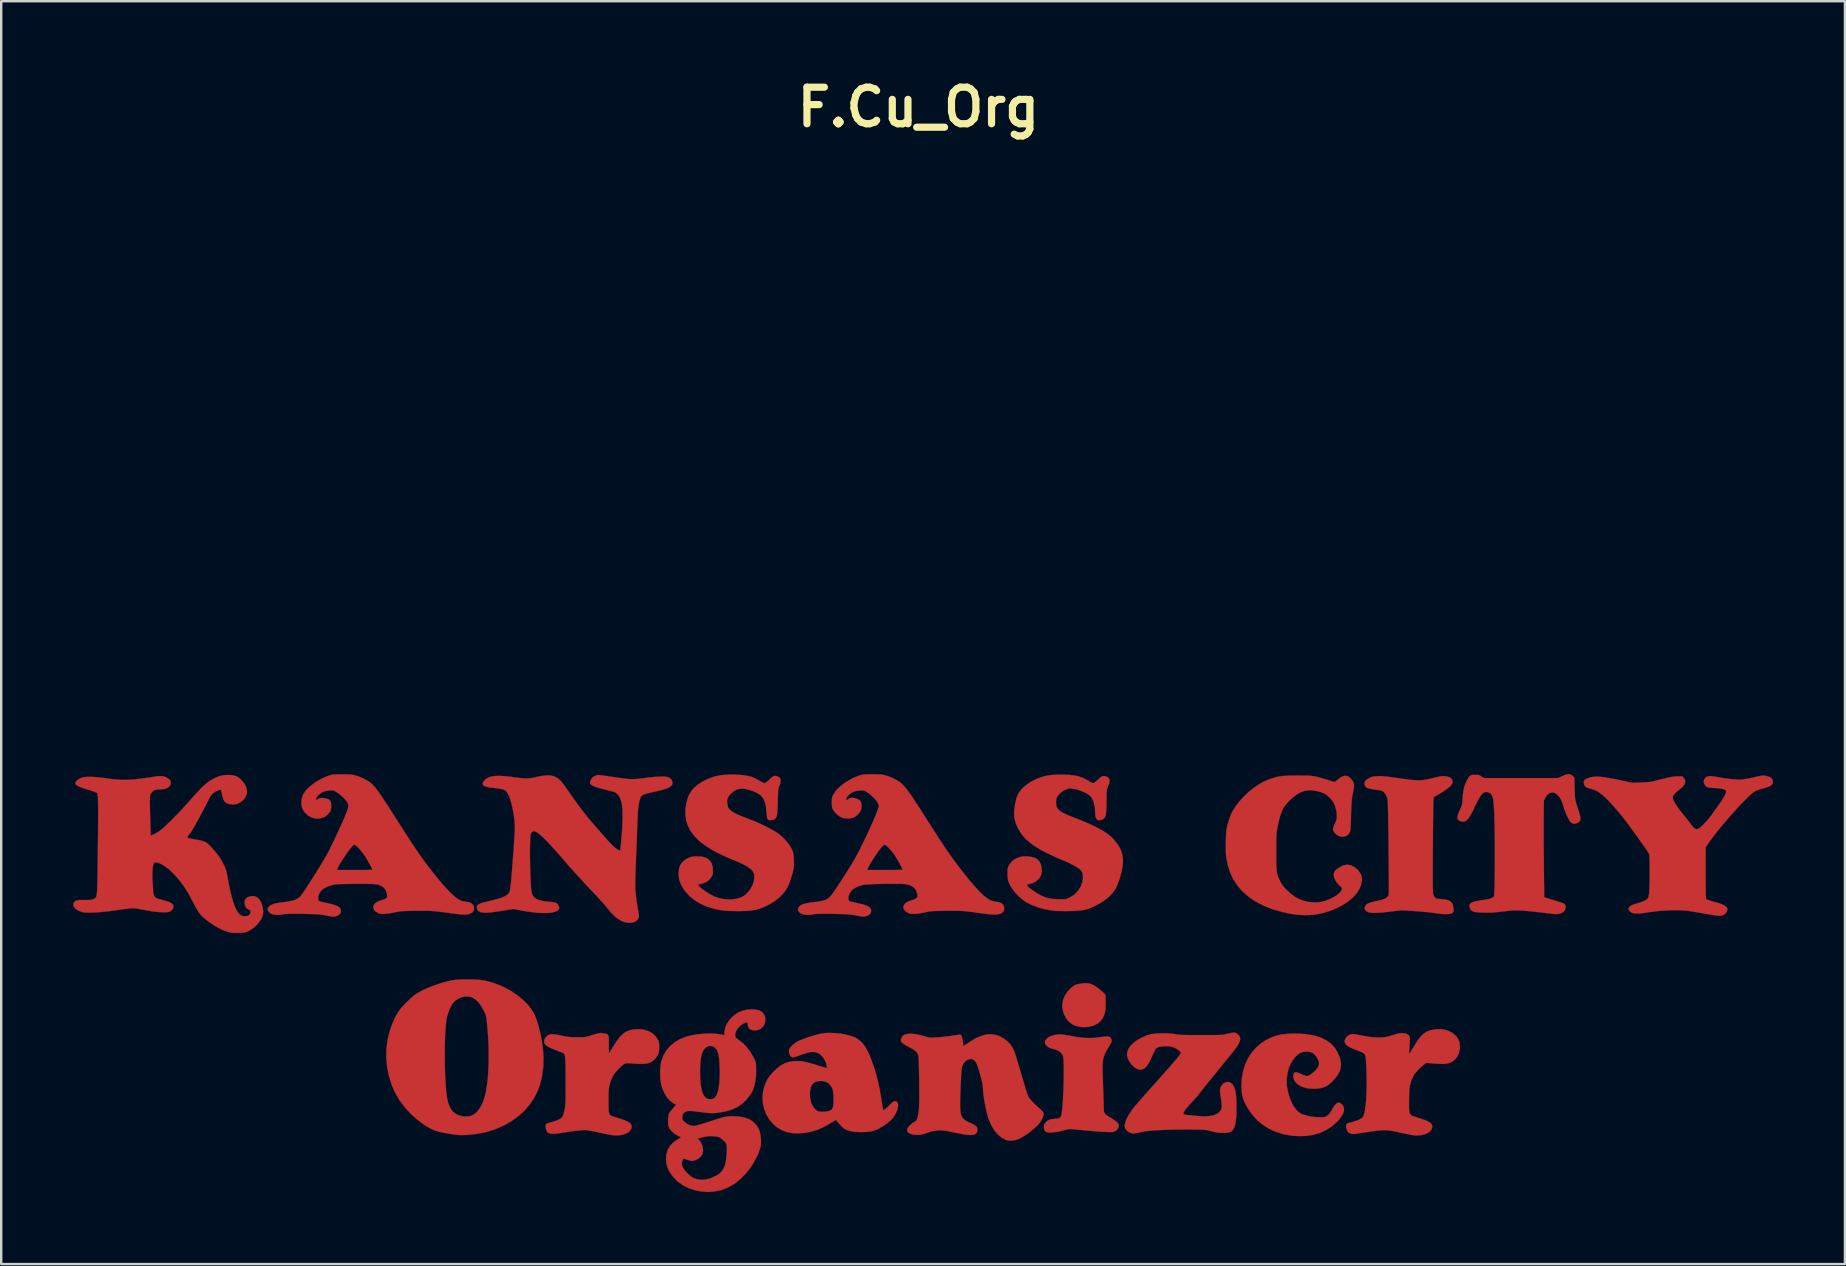
<source format=kicad_pcb>
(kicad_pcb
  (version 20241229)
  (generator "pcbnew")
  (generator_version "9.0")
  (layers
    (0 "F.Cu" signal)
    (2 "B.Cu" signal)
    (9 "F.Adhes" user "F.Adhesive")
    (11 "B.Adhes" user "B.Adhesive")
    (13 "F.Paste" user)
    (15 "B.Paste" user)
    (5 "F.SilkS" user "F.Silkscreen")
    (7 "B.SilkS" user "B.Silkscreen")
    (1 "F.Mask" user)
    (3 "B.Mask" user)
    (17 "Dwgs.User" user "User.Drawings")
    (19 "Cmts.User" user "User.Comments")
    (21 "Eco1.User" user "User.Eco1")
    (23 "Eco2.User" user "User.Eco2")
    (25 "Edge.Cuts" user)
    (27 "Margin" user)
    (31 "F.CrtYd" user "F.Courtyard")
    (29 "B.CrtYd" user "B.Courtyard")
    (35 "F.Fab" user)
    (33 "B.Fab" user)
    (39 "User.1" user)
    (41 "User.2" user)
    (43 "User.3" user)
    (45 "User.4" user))
  (footprint "F.Cu_Org"
    (layer "F.Cu")
    (at 35.227 1.418)
    (property "Reference" "F.Cu_Org" (at 0 0 0) (layer "F.SilkS") (effects (font (size 1.524 1.524) (thickness 0.3))))
    (attr through_hole)
    (fp_poly (pts (xy 7.101 36.515) (xy 7.238 36.558) (xy 7.386 36.638) (xy 7.54 36.752) (xy 7.63 36.833) (xy 7.8 36.995) (xy 7.8 37.33) (xy 7.799 37.463) (xy 7.797 37.563) (xy 7.791 37.639) (xy 7.781 37.701) (xy 7.767 37.758) (xy 7.751 37.808) (xy 7.682 37.964) (xy 7.591 38.089) (xy 7.472 38.187) (xy 7.321 38.264) (xy 7.258 38.287) (xy 7.11 38.324) (xy 6.944 38.341) (xy 6.785 38.336) (xy 6.751 38.332) (xy 6.574 38.292) (xy 6.425 38.226) (xy 6.296 38.133) (xy 6.264 38.102) (xy 6.146 37.959) (xy 6.064 37.798) (xy 6.013 37.613) (xy 6.007 37.573) (xy 5.995 37.426) (xy 6.008 37.292) (xy 6.048 37.155) (xy 6.101 37.037) (xy 6.165 36.932) (xy 6.248 36.825) (xy 6.343 36.726) (xy 6.441 36.644) (xy 6.533 36.586) (xy 6.572 36.569) (xy 6.684 36.541) (xy 6.811 36.52) (xy 6.937 36.508) (xy 7.047 36.508) (xy 7.101 36.515)) (stroke (width 0.01) (type solid)) (fill yes) (layer "F.Cu"))
    (fp_poly (pts (xy 5.974 38.649) (xy 6.065 38.659) (xy 6.177 38.675) (xy 6.315 38.699) (xy 6.486 38.731) (xy 6.572 38.747) (xy 6.763 38.775) (xy 6.973 38.791) (xy 7.187 38.794) (xy 7.388 38.784) (xy 7.515 38.769) (xy 7.671 38.746) (xy 7.791 38.732) (xy 7.88 38.729) (xy 7.944 38.738) (xy 7.988 38.759) (xy 8.018 38.794) (xy 8.038 38.843) (xy 8.043 38.862) (xy 8.051 38.899) (xy 8.051 38.932) (xy 8.039 38.972) (xy 8.012 39.025) (xy 7.967 39.102) (xy 7.945 39.14) (xy 7.881 39.248) (xy 7.827 39.343) (xy 7.782 39.43) (xy 7.747 39.514) (xy 7.719 39.599) (xy 7.699 39.691) (xy 7.686 39.795) (xy 7.678 39.915) (xy 7.676 40.056) (xy 7.678 40.224) (xy 7.683 40.422) (xy 7.691 40.656) (xy 7.694 40.74) (xy 7.701 40.933) (xy 7.707 41.12) (xy 7.713 41.293) (xy 7.718 41.447) (xy 7.722 41.577) (xy 7.724 41.677) (xy 7.726 41.743) (xy 7.726 41.754) (xy 7.728 41.828) (xy 7.739 41.887) (xy 7.763 41.936) (xy 7.806 41.983) (xy 7.873 42.033) (xy 7.969 42.094) (xy 8.033 42.132) (xy 8.123 42.188) (xy 8.206 42.247) (xy 8.27 42.298) (xy 8.295 42.323) (xy 8.336 42.376) (xy 8.352 42.418) (xy 8.35 42.469) (xy 8.348 42.478) (xy 8.31 42.575) (xy 8.235 42.654) (xy 8.181 42.688) (xy 8.15 42.7) (xy 8.11 42.708) (xy 8.053 42.712) (xy 7.972 42.713) (xy 7.86 42.71) (xy 7.782 42.707) (xy 7.635 42.699) (xy 7.473 42.689) (xy 7.314 42.677) (xy 7.177 42.664) (xy 7.157 42.662) (xy 7.017 42.648) (xy 6.855 42.632) (xy 6.694 42.618) (xy 6.57 42.608) (xy 6.272 42.586) (xy 6.02 42.651) (xy 5.898 42.679) (xy 5.77 42.703) (xy 5.644 42.72) (xy 5.529 42.73) (xy 5.434 42.732) (xy 5.369 42.726) (xy 5.355 42.722) (xy 5.279 42.671) (xy 5.237 42.595) (xy 5.228 42.529) (xy 5.239 42.432) (xy 5.275 42.352) (xy 5.321 42.294) (xy 5.383 42.239) (xy 5.458 42.201) (xy 5.556 42.177) (xy 5.678 42.164) (xy 5.782 42.155) (xy 5.855 42.139) (xy 5.905 42.11) (xy 5.938 42.06) (xy 5.96 41.984) (xy 5.978 41.873) (xy 5.982 41.844) (xy 5.998 41.708) (xy 6.012 41.548) (xy 6.024 41.368) (xy 6.035 41.174) (xy 6.044 40.97) (xy 6.051 40.763) (xy 6.056 40.556) (xy 6.059 40.354) (xy 6.06 40.164) (xy 6.059 39.989) (xy 6.055 39.835) (xy 6.049 39.707) (xy 6.04 39.61) (xy 6.028 39.549) (xy 6.025 39.539) (xy 5.981 39.457) (xy 5.924 39.39) (xy 5.848 39.336) (xy 5.747 39.289) (xy 5.613 39.245) (xy 5.529 39.222) (xy 5.44 39.186) (xy 5.361 39.131) (xy 5.302 39.065) (xy 5.272 38.998) (xy 5.271 38.978) (xy 5.291 38.896) (xy 5.348 38.82) (xy 5.439 38.754) (xy 5.556 38.701) (xy 5.697 38.664) (xy 5.764 38.653) (xy 5.829 38.647) (xy 5.897 38.646) (xy 5.974 38.649)) (stroke (width 0.01) (type solid)) (fill yes) (layer "F.Cu"))
    (fp_poly (pts (xy 15.89 38.613) (xy 16.139 38.633) (xy 16.375 38.667) (xy 16.547 38.704) (xy 16.794 38.785) (xy 17.01 38.894) (xy 17.195 39.031) (xy 17.348 39.197) (xy 17.469 39.39) (xy 17.558 39.611) (xy 17.58 39.688) (xy 17.608 39.852) (xy 17.604 40.008) (xy 17.566 40.158) (xy 17.492 40.307) (xy 17.381 40.46) (xy 17.241 40.61) (xy 17.12 40.72) (xy 17.006 40.798) (xy 16.886 40.851) (xy 16.747 40.885) (xy 16.65 40.899) (xy 16.453 40.91) (xy 16.269 40.897) (xy 16.1 40.862) (xy 15.951 40.807) (xy 15.825 40.734) (xy 15.727 40.645) (xy 15.659 40.544) (xy 15.626 40.43) (xy 15.63 40.313) (xy 15.657 40.251) (xy 15.71 40.223) (xy 15.788 40.228) (xy 15.891 40.267) (xy 15.909 40.276) (xy 15.99 40.314) (xy 16.071 40.348) (xy 16.12 40.365) (xy 16.18 40.379) (xy 16.228 40.375) (xy 16.286 40.35) (xy 16.292 40.347) (xy 16.371 40.297) (xy 16.459 40.227) (xy 16.544 40.147) (xy 16.614 40.069) (xy 16.659 40.003) (xy 16.695 39.9) (xy 16.693 39.799) (xy 16.667 39.719) (xy 16.591 39.576) (xy 16.496 39.467) (xy 16.428 39.417) (xy 16.318 39.374) (xy 16.19 39.358) (xy 16.056 39.369) (xy 15.932 39.408) (xy 15.815 39.48) (xy 15.702 39.588) (xy 15.598 39.724) (xy 15.507 39.882) (xy 15.434 40.054) (xy 15.4 40.169) (xy 15.373 40.31) (xy 15.356 40.471) (xy 15.35 40.635) (xy 15.357 40.785) (xy 15.364 40.843) (xy 15.411 41.076) (xy 15.476 41.291) (xy 15.556 41.485) (xy 15.649 41.653) (xy 15.753 41.792) (xy 15.866 41.898) (xy 15.985 41.967) (xy 16.024 41.98) (xy 16.167 42.02) (xy 16.283 42.049) (xy 16.384 42.069) (xy 16.484 42.082) (xy 16.594 42.091) (xy 16.648 42.094) (xy 16.759 42.099) (xy 16.837 42.099) (xy 16.893 42.095) (xy 16.935 42.085) (xy 16.975 42.069) (xy 16.987 42.063) (xy 17.052 42.024) (xy 17.107 41.977) (xy 17.158 41.912) (xy 17.215 41.821) (xy 17.241 41.774) (xy 17.318 41.646) (xy 17.387 41.556) (xy 17.451 41.504) (xy 17.512 41.486) (xy 17.575 41.502) (xy 17.619 41.531) (xy 17.697 41.615) (xy 17.736 41.713) (xy 17.736 41.825) (xy 17.697 41.947) (xy 17.62 42.08) (xy 17.506 42.222) (xy 17.439 42.291) (xy 17.219 42.482) (xy 16.981 42.635) (xy 16.724 42.751) (xy 16.448 42.831) (xy 16.151 42.875) (xy 15.833 42.882) (xy 15.549 42.861) (xy 15.221 42.804) (xy 14.914 42.71) (xy 14.628 42.581) (xy 14.366 42.418) (xy 14.129 42.223) (xy 13.919 41.996) (xy 13.738 41.739) (xy 13.597 41.474) (xy 13.537 41.328) (xy 13.497 41.181) (xy 13.473 41.022) (xy 13.463 40.839) (xy 13.462 40.778) (xy 13.48 40.463) (xy 13.534 40.165) (xy 13.622 39.887) (xy 13.743 39.63) (xy 13.895 39.396) (xy 14.076 39.188) (xy 14.285 39.008) (xy 14.52 38.859) (xy 14.779 38.742) (xy 14.978 38.679) (xy 15.173 38.641) (xy 15.397 38.617) (xy 15.639 38.608) (xy 15.89 38.613)) (stroke (width 0.01) (type solid)) (fill yes) (layer "F.Cu"))
    (fp_poly (pts (xy -18.589 36.355) (xy -18.425 36.361) (xy -18.283 36.371) (xy -18.154 36.388) (xy -18.028 36.412) (xy -17.895 36.445) (xy -17.744 36.489) (xy -17.727 36.494) (xy -17.454 36.593) (xy -17.186 36.718) (xy -16.93 36.866) (xy -16.69 37.032) (xy -16.473 37.212) (xy -16.284 37.402) (xy -16.129 37.599) (xy -16.066 37.698) (xy -15.981 37.867) (xy -15.901 38.077) (xy -15.825 38.324) (xy -15.755 38.606) (xy -15.719 38.777) (xy -15.653 39.195) (xy -15.626 39.599) (xy -15.635 39.99) (xy -15.683 40.365) (xy -15.76 40.693) (xy -15.871 41.003) (xy -16.02 41.296) (xy -16.204 41.568) (xy -16.422 41.82) (xy -16.673 42.048) (xy -16.953 42.252) (xy -17.263 42.429) (xy -17.599 42.579) (xy -17.795 42.649) (xy -17.993 42.705) (xy -18.211 42.754) (xy -18.44 42.793) (xy -18.668 42.821) (xy -18.887 42.837) (xy -19.087 42.84) (xy -19.258 42.828) (xy -19.272 42.826) (xy -19.384 42.81) (xy -19.519 42.788) (xy -19.663 42.763) (xy -19.804 42.737) (xy -19.928 42.712) (xy -20.021 42.692) (xy -20.178 42.641) (xy -20.353 42.558) (xy -20.541 42.447) (xy -20.736 42.311) (xy -20.934 42.154) (xy -21.128 41.979) (xy -21.154 41.954) (xy -21.408 41.68) (xy -21.626 41.388) (xy -21.806 41.076) (xy -21.953 40.742) (xy -22.065 40.382) (xy -22.072 40.354) (xy -22.145 39.983) (xy -22.177 39.608) (xy -22.173 39.394) (xy -19.742 39.394) (xy -19.742 39.683) (xy -19.737 39.972) (xy -19.729 40.254) (xy -19.717 40.523) (xy -19.701 40.774) (xy -19.682 41.001) (xy -19.66 41.197) (xy -19.633 41.358) (xy -19.631 41.368) (xy -19.591 41.515) (xy -19.533 41.658) (xy -19.464 41.782) (xy -19.412 41.852) (xy -19.305 41.943) (xy -19.173 42.01) (xy -19.023 42.053) (xy -18.867 42.068) (xy -18.715 42.054) (xy -18.59 42.015) (xy -18.477 41.945) (xy -18.369 41.839) (xy -18.269 41.7) (xy -18.18 41.536) (xy -18.107 41.351) (xy -18.078 41.258) (xy -18.022 41.014) (xy -17.977 40.735) (xy -17.944 40.424) (xy -17.921 40.086) (xy -17.91 39.725) (xy -17.91 39.347) (xy -17.922 38.956) (xy -17.946 38.557) (xy -17.981 38.163) (xy -17.995 38.042) (xy -18.007 37.951) (xy -18.021 37.88) (xy -18.039 37.817) (xy -18.066 37.752) (xy -18.104 37.673) (xy -18.119 37.641) (xy -18.23 37.444) (xy -18.352 37.287) (xy -18.482 37.171) (xy -18.622 37.094) (xy -18.769 37.059) (xy -18.924 37.065) (xy -19.085 37.112) (xy -19.138 37.136) (xy -19.255 37.202) (xy -19.347 37.277) (xy -19.425 37.371) (xy -19.493 37.491) (xy -19.544 37.603) (xy -19.585 37.709) (xy -19.622 37.815) (xy -19.65 37.908) (xy -19.662 37.962) (xy -19.686 38.135) (xy -19.705 38.342) (xy -19.72 38.577) (xy -19.732 38.835) (xy -19.739 39.109) (xy -19.742 39.394) (xy -22.173 39.394) (xy -22.17 39.234) (xy -22.122 38.864) (xy -22.036 38.504) (xy -21.913 38.163) (xy -21.827 37.972) (xy -21.742 37.81) (xy -21.651 37.668) (xy -21.547 37.533) (xy -21.422 37.394) (xy -21.391 37.362) (xy -21.297 37.269) (xy -21.201 37.177) (xy -21.112 37.095) (xy -21.039 37.032) (xy -21.018 37.016) (xy -20.883 36.925) (xy -20.714 36.831) (xy -20.518 36.738) (xy -20.303 36.648) (xy -20.078 36.565) (xy -19.848 36.492) (xy -19.624 36.432) (xy -19.494 36.403) (xy -19.405 36.386) (xy -19.324 36.373) (xy -19.24 36.365) (xy -19.147 36.359) (xy -19.034 36.355) (xy -18.893 36.354) (xy -18.785 36.354) (xy -18.589 36.355)) (stroke (width 0.01) (type solid)) (fill yes) (layer "F.Cu"))
    (fp_poly (pts (xy 22.011 27.888) (xy 22.121 27.921) (xy 22.203 27.972) (xy 22.252 28.037) (xy 22.268 28.113) (xy 22.246 28.197) (xy 22.201 28.264) (xy 22.147 28.319) (xy 22.062 28.387) (xy 21.955 28.464) (xy 21.833 28.545) (xy 21.704 28.625) (xy 21.627 28.668) (xy 21.557 28.709) (xy 21.503 28.744) (xy 21.473 28.766) (xy 21.472 28.769) (xy 21.468 28.795) (xy 21.465 28.859) (xy 21.462 28.959) (xy 21.459 29.09) (xy 21.456 29.249) (xy 21.453 29.432) (xy 21.45 29.636) (xy 21.448 29.857) (xy 21.445 30.092) (xy 21.443 30.336) (xy 21.441 30.587) (xy 21.44 30.84) (xy 21.438 31.093) (xy 21.437 31.341) (xy 21.437 31.58) (xy 21.436 31.808) (xy 21.436 32.021) (xy 21.436 32.214) (xy 21.437 32.385) (xy 21.438 32.53) (xy 21.44 32.645) (xy 21.442 32.726) (xy 21.445 32.771) (xy 21.446 32.775) (xy 21.476 32.863) (xy 21.519 32.931) (xy 21.524 32.936) (xy 21.553 32.962) (xy 21.586 32.979) (xy 21.631 32.99) (xy 21.7 32.998) (xy 21.799 33.005) (xy 21.96 33.022) (xy 22.083 33.053) (xy 22.173 33.097) (xy 22.234 33.158) (xy 22.236 33.161) (xy 22.258 33.21) (xy 22.28 33.284) (xy 22.294 33.351) (xy 22.305 33.455) (xy 22.296 33.527) (xy 22.265 33.575) (xy 22.208 33.605) (xy 22.189 33.611) (xy 22.109 33.625) (xy 22.002 33.63) (xy 21.882 33.628) (xy 21.765 33.619) (xy 21.706 33.61) (xy 21.561 33.588) (xy 21.381 33.566) (xy 21.174 33.544) (xy 20.948 33.523) (xy 20.71 33.505) (xy 20.578 33.496) (xy 20.424 33.486) (xy 20.304 33.48) (xy 20.206 33.476) (xy 20.121 33.476) (xy 20.041 33.48) (xy 19.954 33.488) (xy 19.852 33.5) (xy 19.725 33.517) (xy 19.7 33.52) (xy 19.439 33.552) (xy 19.215 33.571) (xy 19.028 33.579) (xy 18.88 33.574) (xy 18.772 33.556) (xy 18.722 33.539) (xy 18.641 33.483) (xy 18.602 33.418) (xy 18.603 33.341) (xy 18.614 33.308) (xy 18.652 33.249) (xy 18.718 33.199) (xy 18.814 33.156) (xy 18.944 33.117) (xy 19.103 33.083) (xy 19.259 33.05) (xy 19.379 33.014) (xy 19.469 32.972) (xy 19.535 32.922) (xy 19.567 32.886) (xy 19.575 32.877) (xy 19.582 32.87) (xy 19.588 32.862) (xy 19.593 32.852) (xy 19.598 32.837) (xy 19.601 32.813) (xy 19.604 32.78) (xy 19.607 32.733) (xy 19.608 32.672) (xy 19.609 32.593) (xy 19.609 32.493) (xy 19.609 32.371) (xy 19.608 32.223) (xy 19.607 32.048) (xy 19.605 31.843) (xy 19.603 31.604) (xy 19.6 31.331) (xy 19.597 31.02) (xy 19.594 30.723) (xy 19.591 30.438) (xy 19.588 30.166) (xy 19.584 29.911) (xy 19.58 29.677) (xy 19.576 29.466) (xy 19.572 29.281) (xy 19.568 29.126) (xy 19.563 29.003) (xy 19.559 28.917) (xy 19.556 28.869) (xy 19.555 28.868) (xy 19.519 28.727) (xy 19.46 28.613) (xy 19.381 28.53) (xy 19.333 28.501) (xy 19.277 28.482) (xy 19.191 28.463) (xy 19.088 28.445) (xy 19.013 28.435) (xy 18.868 28.414) (xy 18.76 28.39) (xy 18.684 28.359) (xy 18.634 28.318) (xy 18.604 28.265) (xy 18.593 28.225) (xy 18.593 28.145) (xy 18.626 28.074) (xy 18.696 28.011) (xy 18.787 27.959) (xy 18.856 27.927) (xy 18.915 27.906) (xy 18.979 27.893) (xy 19.061 27.886) (xy 19.152 27.882) (xy 19.229 27.88) (xy 19.307 27.881) (xy 19.394 27.887) (xy 19.495 27.896) (xy 19.618 27.911) (xy 19.768 27.931) (xy 19.953 27.957) (xy 19.992 27.963) (xy 20.221 27.996) (xy 20.414 28.021) (xy 20.578 28.039) (xy 20.719 28.05) (xy 20.843 28.054) (xy 20.956 28.05) (xy 21.065 28.039) (xy 21.175 28.021) (xy 21.293 27.996) (xy 21.419 27.965) (xy 21.543 27.935) (xy 21.662 27.909) (xy 21.765 27.89) (xy 21.843 27.879) (xy 21.874 27.877) (xy 22.011 27.888)) (stroke (width 0.01) (type solid)) (fill yes) (layer "F.Cu"))
    (fp_poly (pts (xy 21.936 38.449) (xy 22.115 38.505) (xy 22.272 38.593) (xy 22.403 38.709) (xy 22.49 38.829) (xy 22.546 38.963) (xy 22.569 39.114) (xy 22.562 39.27) (xy 22.525 39.423) (xy 22.461 39.562) (xy 22.37 39.678) (xy 22.355 39.693) (xy 22.27 39.761) (xy 22.181 39.811) (xy 22.08 39.846) (xy 21.962 39.867) (xy 21.821 39.874) (xy 21.651 39.869) (xy 21.475 39.856) (xy 21.167 39.829) (xy 21.088 39.885) (xy 21.01 39.947) (xy 20.919 40.031) (xy 20.826 40.124) (xy 20.742 40.216) (xy 20.676 40.297) (xy 20.657 40.325) (xy 20.592 40.448) (xy 20.534 40.597) (xy 20.488 40.757) (xy 20.47 40.852) (xy 20.463 40.916) (xy 20.457 41.013) (xy 20.452 41.134) (xy 20.449 41.271) (xy 20.447 41.414) (xy 20.447 41.434) (xy 20.447 41.603) (xy 20.449 41.736) (xy 20.455 41.837) (xy 20.469 41.913) (xy 20.494 41.968) (xy 20.532 42.009) (xy 20.588 42.041) (xy 20.663 42.069) (xy 20.761 42.099) (xy 20.816 42.116) (xy 21 42.175) (xy 21.146 42.228) (xy 21.257 42.279) (xy 21.336 42.329) (xy 21.386 42.38) (xy 21.412 42.435) (xy 21.416 42.495) (xy 21.415 42.505) (xy 21.382 42.61) (xy 21.314 42.695) (xy 21.243 42.746) (xy 21.092 42.812) (xy 20.917 42.85) (xy 20.731 42.857) (xy 20.627 42.847) (xy 20.589 42.84) (xy 20.516 42.826) (xy 20.415 42.805) (xy 20.292 42.78) (xy 20.155 42.751) (xy 20.066 42.732) (xy 19.929 42.703) (xy 19.811 42.679) (xy 19.707 42.66) (xy 19.61 42.647) (xy 19.516 42.639) (xy 19.421 42.636) (xy 19.317 42.639) (xy 19.202 42.648) (xy 19.069 42.663) (xy 18.913 42.683) (xy 18.729 42.71) (xy 18.511 42.743) (xy 18.339 42.769) (xy 18.232 42.785) (xy 18.155 42.793) (xy 18.099 42.793) (xy 18.053 42.787) (xy 18.012 42.776) (xy 17.93 42.733) (xy 17.873 42.664) (xy 17.839 42.564) (xy 17.829 42.497) (xy 17.825 42.444) (xy 17.829 42.405) (xy 17.848 42.376) (xy 17.888 42.352) (xy 17.954 42.329) (xy 18.053 42.302) (xy 18.101 42.29) (xy 18.259 42.242) (xy 18.388 42.186) (xy 18.483 42.126) (xy 18.513 42.097) (xy 18.55 42.034) (xy 18.584 41.931) (xy 18.613 41.793) (xy 18.637 41.622) (xy 18.657 41.423) (xy 18.671 41.198) (xy 18.68 40.951) (xy 18.683 40.685) (xy 18.681 40.403) (xy 18.675 40.185) (xy 18.668 39.989) (xy 18.661 39.831) (xy 18.653 39.706) (xy 18.642 39.608) (xy 18.626 39.535) (xy 18.603 39.48) (xy 18.571 39.439) (xy 18.528 39.407) (xy 18.472 39.38) (xy 18.402 39.354) (xy 18.335 39.329) (xy 18.154 39.259) (xy 18.012 39.195) (xy 17.905 39.136) (xy 17.83 39.078) (xy 17.785 39.019) (xy 17.765 38.958) (xy 17.768 38.894) (xy 17.806 38.797) (xy 17.877 38.716) (xy 17.969 38.658) (xy 18.074 38.631) (xy 18.102 38.63) (xy 18.147 38.634) (xy 18.224 38.645) (xy 18.324 38.662) (xy 18.438 38.683) (xy 18.489 38.693) (xy 18.751 38.739) (xy 18.992 38.766) (xy 19.209 38.774) (xy 19.395 38.764) (xy 19.503 38.747) (xy 19.603 38.722) (xy 19.705 38.694) (xy 19.788 38.667) (xy 19.788 38.667) (xy 19.934 38.62) (xy 20.053 38.594) (xy 20.157 38.587) (xy 20.256 38.598) (xy 20.262 38.599) (xy 20.34 38.618) (xy 20.399 38.644) (xy 20.44 38.68) (xy 20.466 38.734) (xy 20.479 38.811) (xy 20.48 38.916) (xy 20.473 39.055) (xy 20.467 39.127) (xy 20.46 39.237) (xy 20.454 39.331) (xy 20.452 39.402) (xy 20.452 39.441) (xy 20.453 39.447) (xy 20.468 39.436) (xy 20.498 39.396) (xy 20.535 39.339) (xy 20.577 39.269) (xy 20.633 39.176) (xy 20.692 39.078) (xy 20.722 39.028) (xy 20.839 38.849) (xy 20.954 38.708) (xy 21.073 38.6) (xy 21.201 38.522) (xy 21.345 38.469) (xy 21.509 38.436) (xy 21.523 38.435) (xy 21.737 38.425) (xy 21.936 38.449)) (stroke (width 0.01) (type solid)) (fill yes) (layer "F.Cu"))
    (fp_poly (pts (xy -3.474 38.587) (xy -3.253 38.61) (xy -3.039 38.648) (xy -2.841 38.698) (xy -2.669 38.761) (xy -2.564 38.813) (xy -2.438 38.901) (xy -2.324 39.016) (xy -2.218 39.159) (xy -2.117 39.337) (xy -2.02 39.551) (xy -1.991 39.623) (xy -1.88 39.925) (xy -1.784 40.231) (xy -1.699 40.551) (xy -1.624 40.893) (xy -1.557 41.265) (xy -1.533 41.416) (xy -1.474 41.801) (xy -1.409 41.768) (xy -1.366 41.739) (xy -1.305 41.687) (xy -1.234 41.621) (xy -1.192 41.579) (xy -1.105 41.496) (xy -1.037 41.445) (xy -0.983 41.423) (xy -0.936 41.43) (xy -0.892 41.463) (xy -0.889 41.465) (xy -0.852 41.532) (xy -0.845 41.625) (xy -0.868 41.743) (xy -0.921 41.882) (xy -0.928 41.898) (xy -1 42.033) (xy -1.079 42.145) (xy -1.178 42.246) (xy -1.305 42.349) (xy -1.309 42.352) (xy -1.503 42.483) (xy -1.686 42.585) (xy -1.854 42.655) (xy -1.996 42.69) (xy -2.125 42.704) (xy -2.27 42.712) (xy -2.421 42.714) (xy -2.566 42.71) (xy -2.693 42.7) (xy -2.792 42.685) (xy -2.805 42.682) (xy -2.91 42.652) (xy -2.995 42.622) (xy -3.068 42.586) (xy -3.135 42.538) (xy -3.206 42.473) (xy -3.287 42.385) (xy -3.385 42.269) (xy -3.391 42.262) (xy -3.441 42.202) (xy -3.631 42.322) (xy -3.815 42.431) (xy -4.003 42.528) (xy -4.181 42.608) (xy -4.286 42.647) (xy -4.496 42.704) (xy -4.723 42.744) (xy -4.952 42.764) (xy -5.169 42.764) (xy -5.264 42.755) (xy -5.499 42.708) (xy -5.712 42.626) (xy -5.903 42.508) (xy -6.054 42.376) (xy -6.215 42.182) (xy -6.341 41.97) (xy -6.43 41.743) (xy -6.482 41.506) (xy -6.497 41.264) (xy -6.486 41.149) (xy -4.527 41.149) (xy -4.512 41.322) (xy -4.471 41.485) (xy -4.405 41.629) (xy -4.318 41.749) (xy -4.223 41.829) (xy -4.16 41.852) (xy -4.069 41.865) (xy -3.962 41.867) (xy -3.852 41.858) (xy -3.752 41.84) (xy -3.674 41.813) (xy -3.673 41.812) (xy -3.623 41.78) (xy -3.587 41.738) (xy -3.561 41.681) (xy -3.546 41.601) (xy -3.539 41.494) (xy -3.539 41.353) (xy -3.54 41.286) (xy -3.544 41.16) (xy -3.55 41.068) (xy -3.559 40.999) (xy -3.572 40.943) (xy -3.591 40.891) (xy -3.597 40.877) (xy -3.673 40.754) (xy -3.775 40.662) (xy -3.9 40.603) (xy -4.045 40.58) (xy -4.142 40.585) (xy -4.267 40.612) (xy -4.363 40.662) (xy -4.434 40.741) (xy -4.484 40.852) (xy -4.512 40.973) (xy -4.527 41.149) (xy -6.486 41.149) (xy -6.473 41.022) (xy -6.411 40.783) (xy -6.31 40.552) (xy -6.282 40.502) (xy -6.211 40.398) (xy -6.116 40.283) (xy -6.007 40.168) (xy -5.892 40.06) (xy -5.782 39.97) (xy -5.684 39.906) (xy -5.679 39.904) (xy -5.542 39.838) (xy -5.414 39.795) (xy -5.276 39.77) (xy -5.154 39.758) (xy -5.041 39.754) (xy -4.932 39.758) (xy -4.819 39.771) (xy -4.695 39.794) (xy -4.552 39.829) (xy -4.383 39.878) (xy -4.237 39.923) (xy -4.113 39.961) (xy -4.002 39.993) (xy -3.912 40.018) (xy -3.848 40.034) (xy -3.816 40.038) (xy -3.814 40.038) (xy -3.809 40.006) (xy -3.819 39.947) (xy -3.841 39.87) (xy -3.873 39.785) (xy -3.909 39.704) (xy -3.948 39.635) (xy -3.955 39.624) (xy -4.061 39.503) (xy -4.182 39.421) (xy -4.317 39.379) (xy -4.359 39.374) (xy -4.425 39.373) (xy -4.494 39.378) (xy -4.573 39.394) (xy -4.668 39.42) (xy -4.788 39.459) (xy -4.939 39.512) (xy -4.96 39.52) (xy -5.055 39.553) (xy -5.139 39.58) (xy -5.201 39.597) (xy -5.231 39.603) (xy -5.288 39.584) (xy -5.337 39.532) (xy -5.373 39.46) (xy -5.392 39.376) (xy -5.39 39.291) (xy -5.376 39.242) (xy -5.332 39.174) (xy -5.258 39.098) (xy -5.162 39.021) (xy -5.053 38.95) (xy -4.984 38.914) (xy -4.875 38.866) (xy -4.737 38.814) (xy -4.582 38.759) (xy -4.42 38.707) (xy -4.265 38.662) (xy -4.127 38.626) (xy -4.085 38.616) (xy -3.899 38.589) (xy -3.693 38.58) (xy -3.474 38.587)) (stroke (width 0.01) (type solid)) (fill yes) (layer "F.Cu"))
    (fp_poly (pts (xy 27.151 27.801) (xy 27.224 27.835) (xy 27.271 27.875) (xy 27.337 27.941) (xy 27.35 28.39) (xy 27.355 28.545) (xy 27.36 28.667) (xy 27.365 28.762) (xy 27.374 28.84) (xy 27.385 28.909) (xy 27.402 28.977) (xy 27.425 29.052) (xy 27.455 29.142) (xy 27.474 29.199) (xy 27.528 29.363) (xy 27.566 29.492) (xy 27.587 29.592) (xy 27.591 29.669) (xy 27.58 29.726) (xy 27.552 29.77) (xy 27.507 29.805) (xy 27.476 29.823) (xy 27.376 29.86) (xy 27.29 29.859) (xy 27.212 29.82) (xy 27.2 29.811) (xy 27.148 29.75) (xy 27.089 29.653) (xy 27.028 29.527) (xy 26.966 29.377) (xy 26.907 29.208) (xy 26.891 29.157) (xy 26.842 29.006) (xy 26.795 28.888) (xy 26.748 28.796) (xy 26.695 28.721) (xy 26.633 28.657) (xy 26.628 28.652) (xy 26.534 28.585) (xy 26.442 28.559) (xy 26.346 28.574) (xy 26.29 28.598) (xy 26.227 28.639) (xy 26.179 28.692) (xy 26.133 28.77) (xy 26.131 28.775) (xy 26.067 28.9) (xy 26.059 29.558) (xy 26.058 29.701) (xy 26.058 29.881) (xy 26.058 30.091) (xy 26.058 30.324) (xy 26.059 30.575) (xy 26.061 30.836) (xy 26.063 31.103) (xy 26.065 31.368) (xy 26.067 31.572) (xy 26.082 32.928) (xy 26.487 33.052) (xy 26.613 33.091) (xy 26.727 33.128) (xy 26.821 33.161) (xy 26.89 33.187) (xy 26.925 33.203) (xy 26.927 33.205) (xy 26.965 33.263) (xy 26.975 33.339) (xy 26.958 33.422) (xy 26.916 33.501) (xy 26.886 33.534) (xy 26.806 33.585) (xy 26.714 33.612) (xy 26.652 33.623) (xy 26.601 33.629) (xy 26.55 33.629) (xy 26.484 33.624) (xy 26.391 33.614) (xy 26.374 33.612) (xy 26.094 33.578) (xy 25.851 33.55) (xy 25.642 33.526) (xy 25.462 33.507) (xy 25.306 33.493) (xy 25.171 33.482) (xy 25.051 33.476) (xy 24.943 33.474) (xy 24.842 33.475) (xy 24.744 33.479) (xy 24.645 33.487) (xy 24.539 33.498) (xy 24.424 33.511) (xy 24.375 33.517) (xy 24.2 33.538) (xy 24.055 33.553) (xy 23.93 33.563) (xy 23.812 33.568) (xy 23.691 33.568) (xy 23.56 33.566) (xy 23.424 33.562) (xy 23.322 33.557) (xy 23.246 33.55) (xy 23.189 33.54) (xy 23.143 33.526) (xy 23.11 33.513) (xy 23.047 33.479) (xy 23.011 33.443) (xy 22.989 33.39) (xy 22.989 33.387) (xy 22.971 33.311) (xy 22.969 33.259) (xy 22.984 33.216) (xy 22.998 33.196) (xy 23.043 33.156) (xy 23.121 33.122) (xy 23.236 33.091) (xy 23.389 33.064) (xy 23.471 33.052) (xy 23.613 33.032) (xy 23.72 33.013) (xy 23.802 32.994) (xy 23.866 32.972) (xy 23.92 32.945) (xy 23.931 32.938) (xy 23.996 32.898) (xy 24.01 32.625) (xy 24.013 32.555) (xy 24.015 32.447) (xy 24.017 32.306) (xy 24.019 32.136) (xy 24.021 31.943) (xy 24.022 31.73) (xy 24.023 31.503) (xy 24.024 31.266) (xy 24.024 31.032) (xy 24.023 30.618) (xy 24.02 30.246) (xy 24.015 29.915) (xy 24.007 29.624) (xy 23.998 29.373) (xy 23.986 29.162) (xy 23.972 28.99) (xy 23.956 28.857) (xy 23.937 28.761) (xy 23.936 28.757) (xy 23.894 28.664) (xy 23.827 28.594) (xy 23.743 28.55) (xy 23.652 28.538) (xy 23.563 28.562) (xy 23.562 28.562) (xy 23.505 28.609) (xy 23.437 28.693) (xy 23.361 28.811) (xy 23.28 28.959) (xy 23.194 29.134) (xy 23.181 29.163) (xy 23.104 29.329) (xy 23.037 29.46) (xy 22.976 29.562) (xy 22.919 29.642) (xy 22.861 29.704) (xy 22.845 29.719) (xy 22.793 29.76) (xy 22.75 29.776) (xy 22.693 29.775) (xy 22.672 29.772) (xy 22.575 29.75) (xy 22.508 29.714) (xy 22.472 29.661) (xy 22.465 29.587) (xy 22.485 29.488) (xy 22.534 29.36) (xy 22.561 29.3) (xy 22.607 29.198) (xy 22.638 29.121) (xy 22.657 29.054) (xy 22.669 28.985) (xy 22.676 28.899) (xy 22.678 28.861) (xy 22.694 28.656) (xy 22.717 28.485) (xy 22.748 28.34) (xy 22.789 28.212) (xy 22.843 28.093) (xy 22.843 28.092) (xy 22.9 27.986) (xy 22.947 27.913) (xy 22.992 27.866) (xy 23.042 27.839) (xy 23.106 27.828) (xy 23.192 27.825) (xy 23.194 27.825) (xy 23.282 27.826) (xy 23.343 27.833) (xy 23.394 27.851) (xy 23.45 27.883) (xy 23.465 27.892) (xy 23.573 27.961) (xy 26.667 27.961) (xy 26.843 27.875) (xy 26.968 27.822) (xy 27.068 27.797) (xy 27.151 27.801)) (stroke (width 0.01) (type solid)) (fill yes) (layer "F.Cu"))
    (fp_poly (pts (xy -11.424 38.45) (xy -11.245 38.508) (xy -11.09 38.596) (xy -10.96 38.713) (xy -10.868 38.844) (xy -10.839 38.9) (xy -10.821 38.949) (xy -10.811 39.004) (xy -10.806 39.077) (xy -10.806 39.169) (xy -10.807 39.271) (xy -10.812 39.345) (xy -10.824 39.403) (xy -10.845 39.459) (xy -10.865 39.502) (xy -10.949 39.629) (xy -11.063 39.741) (xy -11.179 39.816) (xy -11.271 39.847) (xy -11.399 39.866) (xy -11.56 39.873) (xy -11.75 39.868) (xy -11.891 39.857) (xy -12.018 39.846) (xy -12.113 39.842) (xy -12.187 39.848) (xy -12.249 39.868) (xy -12.309 39.905) (xy -12.377 39.964) (xy -12.464 40.047) (xy -12.489 40.072) (xy -12.627 40.222) (xy -12.731 40.372) (xy -12.809 40.534) (xy -12.868 40.721) (xy -12.872 40.738) (xy -12.887 40.805) (xy -12.899 40.869) (xy -12.907 40.937) (xy -12.912 41.017) (xy -12.915 41.117) (xy -12.916 41.244) (xy -12.916 41.406) (xy -12.916 41.408) (xy -12.915 41.582) (xy -12.913 41.72) (xy -12.908 41.826) (xy -12.896 41.906) (xy -12.875 41.964) (xy -12.843 42.006) (xy -12.797 42.037) (xy -12.735 42.062) (xy -12.653 42.087) (xy -12.574 42.11) (xy -12.381 42.17) (xy -12.228 42.226) (xy -12.111 42.281) (xy -12.029 42.337) (xy -11.977 42.396) (xy -11.953 42.459) (xy -11.955 42.528) (xy -11.961 42.553) (xy -12.008 42.644) (xy -12.089 42.722) (xy -12.2 42.783) (xy -12.335 42.826) (xy -12.489 42.85) (xy -12.657 42.852) (xy -12.827 42.832) (xy -12.9 42.818) (xy -13.004 42.797) (xy -13.129 42.771) (xy -13.265 42.742) (xy -13.382 42.716) (xy -13.516 42.689) (xy -13.644 42.665) (xy -13.757 42.646) (xy -13.847 42.634) (xy -13.901 42.63) (xy -13.998 42.634) (xy -14.13 42.645) (xy -14.292 42.663) (xy -14.479 42.688) (xy -14.684 42.717) (xy -14.88 42.748) (xy -15.054 42.774) (xy -15.191 42.786) (xy -15.298 42.786) (xy -15.378 42.771) (xy -15.437 42.742) (xy -15.479 42.696) (xy -15.503 42.648) (xy -15.525 42.57) (xy -15.536 42.486) (xy -15.536 42.474) (xy -15.534 42.428) (xy -15.524 42.394) (xy -15.498 42.368) (xy -15.452 42.345) (xy -15.377 42.322) (xy -15.268 42.293) (xy -15.256 42.29) (xy -15.123 42.249) (xy -15.004 42.201) (xy -14.908 42.149) (xy -14.847 42.099) (xy -14.829 42.064) (xy -14.805 41.997) (xy -14.779 41.91) (xy -14.759 41.832) (xy -14.746 41.778) (xy -14.735 41.728) (xy -14.727 41.68) (xy -14.72 41.628) (xy -14.714 41.568) (xy -14.71 41.495) (xy -14.707 41.405) (xy -14.705 41.294) (xy -14.704 41.157) (xy -14.703 40.989) (xy -14.702 40.786) (xy -14.702 40.64) (xy -14.702 40.387) (xy -14.703 40.173) (xy -14.705 39.995) (xy -14.708 39.848) (xy -14.713 39.73) (xy -14.719 39.637) (xy -14.728 39.566) (xy -14.739 39.514) (xy -14.753 39.476) (xy -14.769 39.449) (xy -14.784 39.434) (xy -14.813 39.419) (xy -14.874 39.392) (xy -14.958 39.358) (xy -15.058 39.319) (xy -15.088 39.307) (xy -15.253 39.242) (xy -15.38 39.184) (xy -15.475 39.131) (xy -15.54 39.079) (xy -15.579 39.026) (xy -15.598 38.969) (xy -15.6 38.936) (xy -15.58 38.84) (xy -15.524 38.751) (xy -15.44 38.682) (xy -15.428 38.675) (xy -15.383 38.654) (xy -15.337 38.641) (xy -15.282 38.635) (xy -15.214 38.638) (xy -15.124 38.649) (xy -15.007 38.669) (xy -14.857 38.698) (xy -14.815 38.706) (xy -14.684 38.731) (xy -14.569 38.748) (xy -14.457 38.758) (xy -14.331 38.763) (xy -14.203 38.764) (xy -14.074 38.763) (xy -13.977 38.761) (xy -13.901 38.755) (xy -13.837 38.745) (xy -13.775 38.73) (xy -13.703 38.708) (xy -13.695 38.705) (xy -13.55 38.658) (xy -13.438 38.624) (xy -13.351 38.601) (xy -13.282 38.589) (xy -13.223 38.585) (xy -13.168 38.588) (xy -13.109 38.597) (xy -13.108 38.598) (xy -13.038 38.611) (xy -12.986 38.627) (xy -12.949 38.65) (xy -12.925 38.686) (xy -12.911 38.742) (xy -12.905 38.823) (xy -12.904 38.935) (xy -12.906 39.065) (xy -12.906 39.202) (xy -12.904 39.309) (xy -12.9 39.383) (xy -12.894 39.419) (xy -12.89 39.423) (xy -12.871 39.4) (xy -12.837 39.349) (xy -12.796 39.281) (xy -12.783 39.258) (xy -12.66 39.052) (xy -12.547 38.883) (xy -12.44 38.747) (xy -12.335 38.64) (xy -12.228 38.559) (xy -12.114 38.5) (xy -11.99 38.46) (xy -11.851 38.435) (xy -11.835 38.433) (xy -11.622 38.425) (xy -11.424 38.45)) (stroke (width 0.01) (type solid)) (fill yes) (layer "F.Cu"))
    (fp_poly (pts (xy -0.156 38.628) (xy 0.001 38.655) (xy 0.166 38.694) (xy 0.278 38.727) (xy 0.353 38.75) (xy 0.415 38.765) (xy 0.475 38.773) (xy 0.545 38.776) (xy 0.636 38.774) (xy 0.741 38.77) (xy 0.868 38.762) (xy 1.021 38.748) (xy 1.182 38.73) (xy 1.334 38.71) (xy 1.376 38.704) (xy 1.493 38.686) (xy 1.597 38.671) (xy 1.678 38.659) (xy 1.731 38.652) (xy 1.746 38.65) (xy 1.78 38.671) (xy 1.809 38.733) (xy 1.832 38.836) (xy 1.843 38.91) (xy 1.855 38.994) (xy 1.865 39.063) (xy 1.872 39.105) (xy 1.874 39.11) (xy 1.894 39.111) (xy 1.943 39.087) (xy 2.017 39.039) (xy 2.058 39.01) (xy 2.161 38.94) (xy 2.28 38.867) (xy 2.394 38.803) (xy 2.424 38.789) (xy 2.638 38.698) (xy 2.838 38.646) (xy 3.029 38.633) (xy 3.214 38.659) (xy 3.397 38.725) (xy 3.564 38.818) (xy 3.714 38.932) (xy 3.835 39.062) (xy 3.934 39.217) (xy 4.01 39.389) (xy 4.028 39.441) (xy 4.055 39.528) (xy 4.091 39.645) (xy 4.134 39.786) (xy 4.182 39.946) (xy 4.234 40.12) (xy 4.287 40.302) (xy 4.294 40.326) (xy 4.347 40.507) (xy 4.398 40.679) (xy 4.446 40.836) (xy 4.489 40.975) (xy 4.526 41.088) (xy 4.554 41.172) (xy 4.573 41.222) (xy 4.575 41.226) (xy 4.622 41.301) (xy 4.7 41.395) (xy 4.802 41.504) (xy 4.925 41.622) (xy 5.056 41.738) (xy 5.121 41.798) (xy 5.174 41.855) (xy 5.206 41.898) (xy 5.209 41.905) (xy 5.217 41.976) (xy 5.197 42.068) (xy 5.153 42.172) (xy 5.089 42.28) (xy 5.066 42.313) (xy 4.965 42.43) (xy 4.834 42.555) (xy 4.684 42.68) (xy 4.525 42.798) (xy 4.366 42.901) (xy 4.218 42.981) (xy 4.166 43.004) (xy 4.045 43.042) (xy 3.915 43.064) (xy 3.79 43.069) (xy 3.684 43.054) (xy 3.659 43.046) (xy 3.489 42.96) (xy 3.332 42.836) (xy 3.191 42.676) (xy 3.066 42.483) (xy 2.961 42.258) (xy 2.892 42.058) (xy 2.846 41.886) (xy 2.803 41.694) (xy 2.764 41.494) (xy 2.731 41.294) (xy 2.707 41.107) (xy 2.692 40.941) (xy 2.688 40.836) (xy 2.682 40.773) (xy 2.664 40.678) (xy 2.638 40.561) (xy 2.605 40.429) (xy 2.569 40.293) (xy 2.53 40.159) (xy 2.492 40.037) (xy 2.457 39.936) (xy 2.427 39.864) (xy 2.425 39.859) (xy 2.359 39.756) (xy 2.285 39.692) (xy 2.2 39.667) (xy 2.183 39.666) (xy 2.072 39.686) (xy 1.973 39.744) (xy 1.891 39.834) (xy 1.832 39.951) (xy 1.813 40.016) (xy 1.804 40.072) (xy 1.794 40.164) (xy 1.785 40.286) (xy 1.776 40.431) (xy 1.768 40.594) (xy 1.76 40.768) (xy 1.753 40.947) (xy 1.747 41.125) (xy 1.742 41.295) (xy 1.739 41.452) (xy 1.739 41.588) (xy 1.74 41.698) (xy 1.743 41.772) (xy 1.754 41.868) (xy 1.77 41.958) (xy 1.787 42.027) (xy 1.791 42.037) (xy 1.85 42.133) (xy 1.943 42.219) (xy 2.063 42.29) (xy 2.112 42.311) (xy 2.234 42.363) (xy 2.334 42.418) (xy 2.405 42.47) (xy 2.437 42.508) (xy 2.454 42.562) (xy 2.459 42.627) (xy 2.447 42.702) (xy 2.416 42.761) (xy 2.363 42.802) (xy 2.285 42.828) (xy 2.18 42.836) (xy 2.045 42.829) (xy 1.878 42.806) (xy 1.676 42.768) (xy 1.513 42.733) (xy 1.301 42.687) (xy 1.12 42.657) (xy 0.962 42.642) (xy 0.817 42.642) (xy 0.677 42.658) (xy 0.533 42.69) (xy 0.377 42.739) (xy 0.265 42.779) (xy 0.141 42.812) (xy 0.000116 42.828) (xy -0.142 42.827) (xy -0.269 42.808) (xy -0.324 42.791) (xy -0.413 42.743) (xy -0.463 42.683) (xy -0.473 42.613) (xy -0.444 42.535) (xy -0.376 42.45) (xy -0.271 42.361) (xy -0.204 42.314) (xy -0.134 42.266) (xy -0.09 42.228) (xy -0.063 42.187) (xy -0.042 42.131) (xy -0.034 42.103) (xy -0.015 42.024) (xy 0.001 41.937) (xy 0.014 41.836) (xy 0.024 41.719) (xy 0.031 41.58) (xy 0.036 41.417) (xy 0.038 41.226) (xy 0.037 41.001) (xy 0.035 40.74) (xy 0.033 40.608) (xy 0.03 40.411) (xy 0.027 40.224) (xy 0.023 40.051) (xy 0.019 39.897) (xy 0.015 39.768) (xy 0.012 39.668) (xy 0.009 39.603) (xy 0.007 39.585) (xy -0.01 39.496) (xy -0.044 39.42) (xy -0.1 39.352) (xy -0.183 39.287) (xy -0.298 39.219) (xy -0.382 39.175) (xy -0.519 39.103) (xy -0.619 39.041) (xy -0.685 38.985) (xy -0.722 38.932) (xy -0.732 38.879) (xy -0.729 38.855) (xy -0.695 38.759) (xy -0.636 38.69) (xy -0.547 38.644) (xy -0.425 38.618) (xy -0.408 38.616) (xy -0.296 38.615) (xy -0.156 38.628)) (stroke (width 0.01) (type solid)) (fill yes) (layer "F.Cu"))
    (fp_poly (pts (xy 13.214 38.576) (xy 13.257 38.597) (xy 13.301 38.631) (xy 13.313 38.642) (xy 13.38 38.715) (xy 13.41 38.789) (xy 13.407 38.872) (xy 13.371 38.975) (xy 13.369 38.98) (xy 13.348 39.025) (xy 13.325 39.067) (xy 13.299 39.112) (xy 13.266 39.162) (xy 13.224 39.221) (xy 13.169 39.293) (xy 13.1 39.382) (xy 13.014 39.49) (xy 12.907 39.622) (xy 12.777 39.781) (xy 12.696 39.88) (xy 12.534 40.078) (xy 12.378 40.271) (xy 12.229 40.455) (xy 12.091 40.626) (xy 11.966 40.782) (xy 11.857 40.918) (xy 11.767 41.031) (xy 11.699 41.118) (xy 11.66 41.17) (xy 11.626 41.211) (xy 11.57 41.276) (xy 11.497 41.356) (xy 11.415 41.446) (xy 11.368 41.496) (xy 11.249 41.626) (xy 11.16 41.733) (xy 11.098 41.819) (xy 11.062 41.888) (xy 11.049 41.943) (xy 11.049 41.948) (xy 11.054 41.969) (xy 11.076 41.983) (xy 11.121 41.993) (xy 11.2 42.001) (xy 11.213 42.002) (xy 11.304 42.011) (xy 11.42 42.022) (xy 11.544 42.035) (xy 11.631 42.044) (xy 11.871 42.061) (xy 12.082 42.055) (xy 12.261 42.026) (xy 12.408 41.975) (xy 12.521 41.902) (xy 12.6 41.808) (xy 12.636 41.721) (xy 12.644 41.648) (xy 12.64 41.536) (xy 12.623 41.386) (xy 12.594 41.2) (xy 12.574 41.089) (xy 12.568 40.973) (xy 12.591 40.866) (xy 12.637 40.772) (xy 12.702 40.698) (xy 12.78 40.646) (xy 12.867 40.624) (xy 12.956 40.634) (xy 13.018 40.665) (xy 13.085 40.724) (xy 13.14 40.803) (xy 13.184 40.908) (xy 13.217 41.04) (xy 13.239 41.203) (xy 13.252 41.4) (xy 13.257 41.635) (xy 13.257 41.677) (xy 13.253 41.922) (xy 13.242 42.128) (xy 13.222 42.298) (xy 13.192 42.436) (xy 13.153 42.544) (xy 13.104 42.625) (xy 13.042 42.683) (xy 13.007 42.704) (xy 12.921 42.731) (xy 12.805 42.746) (xy 12.669 42.749) (xy 12.523 42.741) (xy 12.378 42.72) (xy 12.245 42.689) (xy 12.167 42.667) (xy 12.095 42.649) (xy 12.024 42.635) (xy 11.948 42.624) (xy 11.86 42.617) (xy 11.756 42.611) (xy 11.629 42.608) (xy 11.473 42.607) (xy 11.282 42.606) (xy 11.216 42.606) (xy 10.826 42.608) (xy 10.476 42.614) (xy 10.165 42.625) (xy 9.89 42.64) (xy 9.651 42.66) (xy 9.444 42.685) (xy 9.269 42.715) (xy 9.267 42.715) (xy 9.158 42.737) (xy 9.065 42.755) (xy 8.995 42.768) (xy 8.955 42.775) (xy 8.949 42.776) (xy 8.926 42.77) (xy 8.88 42.758) (xy 8.876 42.758) (xy 8.76 42.714) (xy 8.676 42.643) (xy 8.626 42.558) (xy 8.605 42.503) (xy 8.596 42.46) (xy 8.598 42.414) (xy 8.613 42.349) (xy 8.621 42.316) (xy 8.668 42.187) (xy 8.743 42.037) (xy 8.844 41.876) (xy 8.966 41.708) (xy 8.987 41.681) (xy 9.028 41.631) (xy 9.094 41.554) (xy 9.181 41.454) (xy 9.285 41.334) (xy 9.404 41.199) (xy 9.534 41.053) (xy 9.67 40.899) (xy 9.779 40.778) (xy 9.991 40.541) (xy 10.175 40.334) (xy 10.335 40.154) (xy 10.471 39.999) (xy 10.585 39.868) (xy 10.68 39.759) (xy 10.756 39.669) (xy 10.815 39.596) (xy 10.859 39.539) (xy 10.887 39.501) (xy 10.947 39.415) (xy 10.9 39.352) (xy 10.837 39.291) (xy 10.744 39.232) (xy 10.636 39.182) (xy 10.562 39.158) (xy 10.458 39.141) (xy 10.331 39.135) (xy 10.198 39.14) (xy 10.076 39.155) (xy 10.021 39.168) (xy 9.961 39.188) (xy 9.921 39.209) (xy 9.89 39.243) (xy 9.857 39.299) (xy 9.835 39.344) (xy 9.791 39.434) (xy 9.741 39.542) (xy 9.694 39.647) (xy 9.686 39.666) (xy 9.607 39.829) (xy 9.528 39.952) (xy 9.446 40.038) (xy 9.358 40.09) (xy 9.261 40.11) (xy 9.24 40.111) (xy 9.132 40.09) (xy 9.021 40.028) (xy 8.909 39.925) (xy 8.904 39.92) (xy 8.793 39.774) (xy 8.723 39.632) (xy 8.695 39.493) (xy 8.709 39.356) (xy 8.766 39.223) (xy 8.864 39.092) (xy 9.005 38.963) (xy 9.071 38.913) (xy 9.298 38.777) (xy 9.551 38.674) (xy 9.641 38.647) (xy 9.753 38.625) (xy 9.896 38.609) (xy 10.059 38.599) (xy 10.229 38.597) (xy 10.397 38.6) (xy 10.551 38.611) (xy 10.68 38.629) (xy 10.71 38.635) (xy 10.755 38.644) (xy 10.805 38.652) (xy 10.865 38.658) (xy 10.939 38.663) (xy 11.031 38.666) (xy 11.146 38.669) (xy 11.289 38.67) (xy 11.464 38.671) (xy 11.675 38.671) (xy 11.761 38.671) (xy 11.98 38.671) (xy 12.16 38.671) (xy 12.308 38.67) (xy 12.428 38.669) (xy 12.524 38.666) (xy 12.601 38.663) (xy 12.665 38.658) (xy 12.72 38.651) (xy 12.77 38.643) (xy 12.82 38.632) (xy 12.875 38.619) (xy 12.878 38.619) (xy 13.003 38.59) (xy 13.095 38.573) (xy 13.162 38.569) (xy 13.214 38.576)) (stroke (width 0.01) (type solid)) (fill yes) (layer "F.Cu"))
    (fp_poly (pts (xy 15.982 27.856) (xy 16.119 27.856) (xy 16.235 27.859) (xy 16.338 27.865) (xy 16.433 27.876) (xy 16.528 27.891) (xy 16.629 27.913) (xy 16.741 27.943) (xy 16.872 27.981) (xy 17.028 28.029) (xy 17.215 28.088) (xy 17.307 28.118) (xy 17.341 28.119) (xy 17.383 28.099) (xy 17.442 28.054) (xy 17.461 28.037) (xy 17.563 27.953) (xy 17.651 27.901) (xy 17.734 27.874) (xy 17.794 27.868) (xy 17.874 27.878) (xy 17.947 27.915) (xy 18.022 27.984) (xy 18.07 28.043) (xy 18.111 28.103) (xy 18.138 28.161) (xy 18.152 28.226) (xy 18.152 28.305) (xy 18.139 28.407) (xy 18.115 28.54) (xy 18.108 28.573) (xy 18.091 28.664) (xy 18.077 28.747) (xy 18.065 28.831) (xy 18.056 28.921) (xy 18.049 29.026) (xy 18.043 29.153) (xy 18.037 29.308) (xy 18.032 29.475) (xy 18.027 29.635) (xy 18.022 29.785) (xy 18.016 29.918) (xy 18.011 30.027) (xy 18.006 30.108) (xy 18.002 30.154) (xy 18.002 30.158) (xy 17.966 30.247) (xy 17.899 30.323) (xy 17.811 30.379) (xy 17.713 30.408) (xy 17.625 30.405) (xy 17.508 30.364) (xy 17.407 30.301) (xy 17.33 30.221) (xy 17.285 30.131) (xy 17.283 30.121) (xy 17.28 30.079) (xy 17.292 30.024) (xy 17.32 29.949) (xy 17.355 29.87) (xy 17.397 29.774) (xy 17.423 29.701) (xy 17.436 29.636) (xy 17.441 29.564) (xy 17.441 29.535) (xy 17.422 29.33) (xy 17.365 29.122) (xy 17.325 29.024) (xy 17.265 28.923) (xy 17.179 28.816) (xy 17.079 28.716) (xy 16.977 28.636) (xy 16.935 28.61) (xy 16.796 28.55) (xy 16.631 28.504) (xy 16.457 28.476) (xy 16.326 28.469) (xy 16.169 28.48) (xy 16.023 28.513) (xy 15.882 28.573) (xy 15.739 28.662) (xy 15.588 28.783) (xy 15.471 28.892) (xy 15.374 28.992) (xy 15.293 29.088) (xy 15.225 29.186) (xy 15.167 29.293) (xy 15.117 29.415) (xy 15.071 29.558) (xy 15.027 29.728) (xy 14.982 29.931) (xy 14.961 30.035) (xy 14.948 30.103) (xy 14.937 30.166) (xy 14.929 30.229) (xy 14.923 30.298) (xy 14.918 30.379) (xy 14.915 30.478) (xy 14.913 30.6) (xy 14.912 30.75) (xy 14.912 30.934) (xy 14.912 31.03) (xy 14.912 31.251) (xy 14.914 31.435) (xy 14.917 31.586) (xy 14.923 31.712) (xy 14.932 31.816) (xy 14.945 31.904) (xy 14.962 31.982) (xy 14.985 32.054) (xy 15.014 32.127) (xy 15.05 32.204) (xy 15.076 32.258) (xy 15.121 32.345) (xy 15.169 32.419) (xy 15.228 32.493) (xy 15.305 32.577) (xy 15.366 32.639) (xy 15.533 32.792) (xy 15.695 32.911) (xy 15.862 33.002) (xy 16.044 33.07) (xy 16.233 33.116) (xy 16.421 33.141) (xy 16.616 33.141) (xy 16.802 33.119) (xy 16.933 33.085) (xy 17.116 33.015) (xy 17.278 32.938) (xy 17.415 32.856) (xy 17.525 32.771) (xy 17.603 32.687) (xy 17.646 32.606) (xy 17.653 32.561) (xy 17.637 32.529) (xy 17.598 32.48) (xy 17.542 32.425) (xy 17.538 32.422) (xy 17.442 32.32) (xy 17.37 32.209) (xy 17.325 32.094) (xy 17.31 31.985) (xy 17.327 31.888) (xy 17.348 31.845) (xy 17.397 31.792) (xy 17.474 31.732) (xy 17.566 31.673) (xy 17.661 31.623) (xy 17.743 31.592) (xy 17.878 31.573) (xy 18.015 31.595) (xy 18.15 31.656) (xy 18.28 31.756) (xy 18.338 31.815) (xy 18.425 31.937) (xy 18.474 32.067) (xy 18.486 32.209) (xy 18.46 32.366) (xy 18.396 32.539) (xy 18.373 32.589) (xy 18.272 32.751) (xy 18.134 32.909) (xy 17.963 33.06) (xy 17.764 33.2) (xy 17.542 33.327) (xy 17.302 33.438) (xy 17.049 33.531) (xy 16.788 33.602) (xy 16.522 33.65) (xy 16.499 33.653) (xy 16.3 33.669) (xy 16.081 33.672) (xy 15.862 33.663) (xy 15.748 33.653) (xy 15.476 33.611) (xy 15.188 33.548) (xy 14.899 33.468) (xy 14.622 33.374) (xy 14.371 33.27) (xy 14.332 33.252) (xy 14.02 33.083) (xy 13.744 32.893) (xy 13.504 32.68) (xy 13.299 32.445) (xy 13.13 32.186) (xy 12.996 31.905) (xy 12.897 31.599) (xy 12.833 31.27) (xy 12.824 31.204) (xy 12.816 31.104) (xy 12.811 30.976) (xy 12.81 30.828) (xy 12.811 30.669) (xy 12.814 30.509) (xy 12.821 30.358) (xy 12.829 30.224) (xy 12.84 30.117) (xy 12.847 30.067) (xy 12.88 29.924) (xy 12.925 29.769) (xy 12.976 29.615) (xy 13.029 29.475) (xy 13.078 29.369) (xy 13.206 29.157) (xy 13.369 28.943) (xy 13.558 28.734) (xy 13.766 28.537) (xy 13.987 28.359) (xy 14.213 28.208) (xy 14.362 28.125) (xy 14.469 28.075) (xy 14.591 28.024) (xy 14.703 27.981) (xy 14.711 27.979) (xy 14.819 27.944) (xy 14.922 27.916) (xy 15.026 27.894) (xy 15.137 27.879) (xy 15.262 27.867) (xy 15.409 27.86) (xy 15.583 27.857) (xy 15.793 27.855) (xy 15.82 27.855) (xy 15.982 27.856)) (stroke (width 0.01) (type solid)) (fill yes) (layer "F.Cu"))
    (fp_poly (pts (xy -7.477 27.823) (xy -7.281 27.841) (xy -7.107 27.869) (xy -6.963 27.906) (xy -6.956 27.908) (xy -6.869 27.944) (xy -6.765 27.994) (xy -6.663 28.049) (xy -6.636 28.066) (xy -6.555 28.112) (xy -6.483 28.149) (xy -6.431 28.17) (xy -6.414 28.173) (xy -6.373 28.157) (xy -6.311 28.113) (xy -6.234 28.045) (xy -6.226 28.038) (xy -6.143 27.96) (xy -6.082 27.909) (xy -6.034 27.88) (xy -5.991 27.869) (xy -5.945 27.872) (xy -5.909 27.881) (xy -5.817 27.92) (xy -5.76 27.982) (xy -5.74 28.067) (xy -5.755 28.173) (xy -5.792 28.273) (xy -5.81 28.312) (xy -5.823 28.348) (xy -5.833 28.388) (xy -5.841 28.438) (xy -5.847 28.502) (xy -5.852 28.589) (xy -5.856 28.703) (xy -5.86 28.85) (xy -5.862 28.935) (xy -5.868 29.118) (xy -5.873 29.263) (xy -5.881 29.377) (xy -5.891 29.464) (xy -5.904 29.53) (xy -5.921 29.579) (xy -5.944 29.617) (xy -5.973 29.65) (xy -5.987 29.663) (xy -6.038 29.691) (xy -6.11 29.71) (xy -6.133 29.713) (xy -6.198 29.715) (xy -6.246 29.704) (xy -6.28 29.674) (xy -6.303 29.621) (xy -6.318 29.537) (xy -6.329 29.418) (xy -6.332 29.373) (xy -6.352 29.167) (xy -6.387 28.997) (xy -6.44 28.857) (xy -6.515 28.742) (xy -6.618 28.647) (xy -6.75 28.567) (xy -6.918 28.496) (xy -7.027 28.459) (xy -7.201 28.414) (xy -7.349 28.397) (xy -7.48 28.41) (xy -7.599 28.452) (xy -7.6 28.453) (xy -7.707 28.518) (xy -7.808 28.604) (xy -7.894 28.699) (xy -7.949 28.788) (xy -7.968 28.837) (xy -7.976 28.885) (xy -7.974 28.946) (xy -7.964 29.033) (xy -7.949 29.12) (xy -7.932 29.179) (xy -7.906 29.225) (xy -7.865 29.273) (xy -7.86 29.278) (xy -7.788 29.34) (xy -7.69 29.403) (xy -7.563 29.468) (xy -7.403 29.538) (xy -7.21 29.612) (xy -6.886 29.737) (xy -6.594 29.863) (xy -6.323 29.994) (xy -6.06 30.136) (xy -5.954 30.198) (xy -5.797 30.307) (xy -5.643 30.441) (xy -5.501 30.592) (xy -5.378 30.751) (xy -5.282 30.91) (xy -5.243 30.997) (xy -5.219 31.083) (xy -5.202 31.198) (xy -5.191 31.332) (xy -5.187 31.473) (xy -5.191 31.608) (xy -5.203 31.727) (xy -5.206 31.742) (xy -5.233 31.864) (xy -5.273 32.011) (xy -5.322 32.167) (xy -5.375 32.319) (xy -5.429 32.452) (xy -5.452 32.504) (xy -5.543 32.657) (xy -5.67 32.811) (xy -5.827 32.96) (xy -6.007 33.098) (xy -6.205 33.221) (xy -6.285 33.263) (xy -6.475 33.351) (xy -6.648 33.414) (xy -6.819 33.456) (xy -7.001 33.482) (xy -7.02 33.484) (xy -7.188 33.495) (xy -7.375 33.502) (xy -7.571 33.504) (xy -7.765 33.501) (xy -7.945 33.494) (xy -8.1 33.483) (xy -8.173 33.475) (xy -8.498 33.414) (xy -8.798 33.323) (xy -9.07 33.204) (xy -9.315 33.058) (xy -9.529 32.886) (xy -9.711 32.688) (xy -9.797 32.567) (xy -9.897 32.389) (xy -9.961 32.215) (xy -9.991 32.034) (xy -9.995 31.949) (xy -9.981 31.768) (xy -9.936 31.615) (xy -9.858 31.486) (xy -9.746 31.38) (xy -9.617 31.302) (xy -9.537 31.266) (xy -9.467 31.244) (xy -9.387 31.231) (xy -9.287 31.225) (xy -9.09 31.227) (xy -8.925 31.257) (xy -8.792 31.314) (xy -8.69 31.399) (xy -8.619 31.512) (xy -8.577 31.655) (xy -8.565 31.8) (xy -8.565 31.892) (xy -8.571 31.956) (xy -8.587 32.008) (xy -8.615 32.062) (xy -8.62 32.071) (xy -8.717 32.198) (xy -8.842 32.292) (xy -8.993 32.353) (xy -9.086 32.373) (xy -9.144 32.385) (xy -9.181 32.398) (xy -9.186 32.405) (xy -9.169 32.44) (xy -9.121 32.492) (xy -9.048 32.555) (xy -8.957 32.624) (xy -8.855 32.696) (xy -8.747 32.766) (xy -8.64 32.828) (xy -8.541 32.879) (xy -8.49 32.902) (xy -8.282 32.969) (xy -8.068 33.009) (xy -7.854 33.02) (xy -7.65 33.004) (xy -7.464 32.961) (xy -7.32 32.899) (xy -7.196 32.813) (xy -7.085 32.7) (xy -6.989 32.566) (xy -6.914 32.421) (xy -6.862 32.272) (xy -6.837 32.126) (xy -6.843 31.99) (xy -6.857 31.933) (xy -6.895 31.854) (xy -6.96 31.777) (xy -7.053 31.7) (xy -7.178 31.62) (xy -7.337 31.536) (xy -7.533 31.447) (xy -7.694 31.38) (xy -8.045 31.231) (xy -8.355 31.083) (xy -8.627 30.936) (xy -8.862 30.788) (xy -9.064 30.637) (xy -9.175 30.541) (xy -9.363 30.342) (xy -9.511 30.137) (xy -9.617 29.923) (xy -9.684 29.699) (xy -9.712 29.461) (xy -9.702 29.208) (xy -9.683 29.08) (xy -9.642 28.888) (xy -9.591 28.728) (xy -9.523 28.59) (xy -9.436 28.465) (xy -9.359 28.377) (xy -9.205 28.242) (xy -9.018 28.117) (xy -8.806 28.009) (xy -8.577 27.921) (xy -8.45 27.883) (xy -8.288 27.851) (xy -8.101 27.828) (xy -7.897 27.816) (xy -7.686 27.815) (xy -7.477 27.823)) (stroke (width 0.01) (type solid)) (fill yes) (layer "F.Cu"))
    (fp_poly (pts (xy 6.3 27.827) (xy 6.509 27.853) (xy 6.693 27.895) (xy 6.859 27.954) (xy 7.011 28.031) (xy 7.071 28.068) (xy 7.148 28.115) (xy 7.217 28.151) (xy 7.268 28.171) (xy 7.28 28.173) (xy 7.324 28.156) (xy 7.392 28.108) (xy 7.481 28.029) (xy 7.485 28.025) (xy 7.555 27.962) (xy 7.616 27.912) (xy 7.661 27.881) (xy 7.678 27.874) (xy 7.79 27.881) (xy 7.879 27.916) (xy 7.94 27.974) (xy 7.958 28.01) (xy 7.969 28.06) (xy 7.967 28.114) (xy 7.949 28.183) (xy 7.913 28.275) (xy 7.898 28.31) (xy 7.88 28.353) (xy 7.867 28.392) (xy 7.857 28.434) (xy 7.85 28.486) (xy 7.845 28.554) (xy 7.842 28.645) (xy 7.84 28.765) (xy 7.839 28.921) (xy 7.838 28.924) (xy 7.836 29.109) (xy 7.831 29.257) (xy 7.824 29.373) (xy 7.813 29.462) (xy 7.798 29.53) (xy 7.778 29.582) (xy 7.753 29.623) (xy 7.736 29.642) (xy 7.669 29.688) (xy 7.582 29.713) (xy 7.493 29.712) (xy 7.481 29.709) (xy 7.428 29.676) (xy 7.392 29.605) (xy 7.371 29.497) (xy 7.366 29.383) (xy 7.353 29.174) (xy 7.314 28.99) (xy 7.251 28.835) (xy 7.164 28.71) (xy 7.098 28.65) (xy 7.009 28.593) (xy 6.894 28.538) (xy 6.764 28.488) (xy 6.628 28.445) (xy 6.497 28.413) (xy 6.381 28.394) (xy 6.289 28.392) (xy 6.271 28.395) (xy 6.151 28.433) (xy 6.028 28.498) (xy 5.916 28.581) (xy 5.824 28.675) (xy 5.777 28.747) (xy 5.749 28.833) (xy 5.737 28.941) (xy 5.74 29.055) (xy 5.757 29.145) (xy 5.785 29.212) (xy 5.832 29.274) (xy 5.902 29.335) (xy 5.999 29.396) (xy 6.125 29.461) (xy 6.285 29.53) (xy 6.482 29.608) (xy 6.497 29.613) (xy 6.849 29.751) (xy 7.163 29.887) (xy 7.439 30.021) (xy 7.676 30.152) (xy 7.872 30.279) (xy 8.027 30.403) (xy 8.111 30.487) (xy 8.257 30.663) (xy 8.369 30.827) (xy 8.449 30.987) (xy 8.499 31.148) (xy 8.522 31.32) (xy 8.521 31.508) (xy 8.51 31.634) (xy 8.49 31.752) (xy 8.458 31.892) (xy 8.417 32.043) (xy 8.369 32.197) (xy 8.318 32.341) (xy 8.268 32.468) (xy 8.221 32.565) (xy 8.21 32.584) (xy 8.071 32.774) (xy 7.899 32.946) (xy 7.691 33.102) (xy 7.461 33.236) (xy 7.304 33.314) (xy 7.172 33.373) (xy 7.056 33.417) (xy 6.944 33.447) (xy 6.827 33.468) (xy 6.693 33.483) (xy 6.681 33.484) (xy 6.533 33.494) (xy 6.364 33.5) (xy 6.185 33.503) (xy 6.006 33.503) (xy 5.839 33.499) (xy 5.694 33.492) (xy 5.597 33.484) (xy 5.301 33.434) (xy 5.012 33.357) (xy 4.741 33.256) (xy 4.518 33.146) (xy 4.347 33.031) (xy 4.182 32.889) (xy 4.031 32.728) (xy 3.901 32.557) (xy 3.8 32.384) (xy 3.766 32.307) (xy 3.742 32.24) (xy 3.728 32.172) (xy 3.72 32.091) (xy 3.716 31.984) (xy 3.716 31.95) (xy 3.716 31.844) (xy 3.72 31.77) (xy 3.728 31.713) (xy 3.744 31.664) (xy 3.769 31.61) (xy 3.779 31.59) (xy 3.869 31.459) (xy 3.992 31.355) (xy 4.147 31.278) (xy 4.198 31.26) (xy 4.281 31.238) (xy 4.357 31.226) (xy 4.443 31.223) (xy 4.548 31.226) (xy 4.724 31.247) (xy 4.866 31.291) (xy 4.975 31.359) (xy 5.055 31.455) (xy 5.108 31.579) (xy 5.136 31.735) (xy 5.137 31.749) (xy 5.138 31.886) (xy 5.114 32) (xy 5.06 32.101) (xy 5.006 32.168) (xy 4.883 32.274) (xy 4.737 32.345) (xy 4.62 32.374) (xy 4.561 32.389) (xy 4.533 32.413) (xy 4.537 32.447) (xy 4.575 32.494) (xy 4.647 32.557) (xy 4.755 32.636) (xy 4.773 32.649) (xy 4.959 32.771) (xy 5.128 32.864) (xy 5.29 32.931) (xy 5.454 32.976) (xy 5.63 33.001) (xy 5.828 33.009) (xy 5.853 33.009) (xy 6.149 33.009) (xy 6.314 32.931) (xy 6.478 32.834) (xy 6.612 32.711) (xy 6.723 32.557) (xy 6.767 32.477) (xy 6.832 32.303) (xy 6.86 32.125) (xy 6.849 31.952) (xy 6.848 31.949) (xy 6.824 31.879) (xy 6.776 31.81) (xy 6.701 31.74) (xy 6.597 31.667) (xy 6.461 31.589) (xy 6.291 31.504) (xy 6.083 31.411) (xy 5.957 31.358) (xy 5.625 31.214) (xy 5.332 31.075) (xy 5.075 30.937) (xy 4.852 30.8) (xy 4.66 30.66) (xy 4.496 30.517) (xy 4.358 30.367) (xy 4.242 30.209) (xy 4.145 30.042) (xy 4.137 30.025) (xy 4.055 29.832) (xy 4.006 29.65) (xy 3.987 29.465) (xy 3.996 29.265) (xy 3.997 29.252) (xy 4.028 29.041) (xy 4.073 28.85) (xy 4.128 28.688) (xy 4.166 28.607) (xy 4.26 28.468) (xy 4.39 28.333) (xy 4.549 28.205) (xy 4.73 28.09) (xy 4.927 27.995) (xy 4.971 27.977) (xy 5.124 27.921) (xy 5.263 27.88) (xy 5.4 27.852) (xy 5.549 27.833) (xy 5.723 27.822) (xy 5.789 27.82) (xy 6.062 27.816) (xy 6.3 27.827)) (stroke (width 0.01) (type solid)) (fill yes) (layer "F.Cu"))
    (fp_poly (pts (xy 35.286 27.863) (xy 35.385 27.883) (xy 35.471 27.912) (xy 35.526 27.942) (xy 35.581 28.006) (xy 35.61 28.084) (xy 35.608 28.161) (xy 35.598 28.186) (xy 35.567 28.236) (xy 35.521 28.276) (xy 35.455 28.312) (xy 35.36 28.346) (xy 35.231 28.383) (xy 35.228 28.384) (xy 35.12 28.414) (xy 35.014 28.449) (xy 34.925 28.482) (xy 34.879 28.502) (xy 34.813 28.544) (xy 34.724 28.617) (xy 34.616 28.716) (xy 34.491 28.837) (xy 34.352 28.978) (xy 34.203 29.135) (xy 34.047 29.304) (xy 33.887 29.482) (xy 33.727 29.665) (xy 33.569 29.85) (xy 33.416 30.033) (xy 33.272 30.211) (xy 33.14 30.38) (xy 33.023 30.537) (xy 32.937 30.659) (xy 32.808 30.848) (xy 32.808 31.909) (xy 32.809 32.162) (xy 32.809 32.376) (xy 32.811 32.553) (xy 32.813 32.696) (xy 32.815 32.808) (xy 32.819 32.892) (xy 32.823 32.951) (xy 32.829 32.987) (xy 32.835 33.004) (xy 32.865 33.022) (xy 32.927 33.047) (xy 33.012 33.075) (xy 33.11 33.103) (xy 33.295 33.155) (xy 33.441 33.203) (xy 33.553 33.248) (xy 33.633 33.294) (xy 33.685 33.342) (xy 33.712 33.394) (xy 33.718 33.44) (xy 33.701 33.507) (xy 33.655 33.578) (xy 33.591 33.639) (xy 33.552 33.663) (xy 33.51 33.681) (xy 33.462 33.693) (xy 33.403 33.698) (xy 33.329 33.695) (xy 33.234 33.686) (xy 33.113 33.668) (xy 32.96 33.643) (xy 32.777 33.61) (xy 32.613 33.581) (xy 32.449 33.553) (xy 32.292 33.528) (xy 32.153 33.506) (xy 32.04 33.491) (xy 31.983 33.484) (xy 31.799 33.471) (xy 31.586 33.466) (xy 31.353 33.469) (xy 31.113 33.48) (xy 30.877 33.497) (xy 30.656 33.522) (xy 30.554 33.536) (xy 30.347 33.567) (xy 30.176 33.589) (xy 30.037 33.602) (xy 29.926 33.605) (xy 29.838 33.6) (xy 29.768 33.584) (xy 29.711 33.56) (xy 29.663 33.525) (xy 29.651 33.514) (xy 29.602 33.449) (xy 29.596 33.387) (xy 29.632 33.329) (xy 29.639 33.323) (xy 29.676 33.291) (xy 29.716 33.266) (xy 29.769 33.243) (xy 29.842 33.218) (xy 29.945 33.187) (xy 29.97 33.18) (xy 30.138 33.126) (xy 30.268 33.071) (xy 30.36 33.016) (xy 30.407 32.968) (xy 30.426 32.925) (xy 30.441 32.857) (xy 30.454 32.761) (xy 30.463 32.634) (xy 30.471 32.474) (xy 30.475 32.278) (xy 30.478 32.044) (xy 30.478 31.845) (xy 30.477 31.628) (xy 30.475 31.452) (xy 30.471 31.314) (xy 30.466 31.213) (xy 30.459 31.147) (xy 30.452 31.12) (xy 30.434 31.085) (xy 30.392 31.021) (xy 30.332 30.93) (xy 30.254 30.817) (xy 30.163 30.687) (xy 30.06 30.542) (xy 29.949 30.387) (xy 29.833 30.225) (xy 29.714 30.062) (xy 29.595 29.901) (xy 29.54 29.826) (xy 29.416 29.665) (xy 29.28 29.495) (xy 29.137 29.323) (xy 28.994 29.157) (xy 28.857 29.005) (xy 28.734 28.874) (xy 28.652 28.793) (xy 28.516 28.669) (xy 28.394 28.573) (xy 28.279 28.502) (xy 28.162 28.449) (xy 28.034 28.408) (xy 28.021 28.405) (xy 27.905 28.371) (xy 27.825 28.333) (xy 27.774 28.287) (xy 27.745 28.226) (xy 27.734 28.167) (xy 27.731 28.106) (xy 27.744 28.065) (xy 27.78 28.027) (xy 27.789 28.02) (xy 27.857 27.98) (xy 27.954 27.945) (xy 28.069 27.917) (xy 28.188 27.901) (xy 28.262 27.898) (xy 28.395 27.905) (xy 28.567 27.925) (xy 28.775 27.957) (xy 29.017 28.002) (xy 29.289 28.058) (xy 29.75 28.158) (xy 30.12 28.145) (xy 30.241 28.141) (xy 30.339 28.136) (xy 30.423 28.13) (xy 30.501 28.119) (xy 30.584 28.104) (xy 30.68 28.083) (xy 30.798 28.054) (xy 30.948 28.015) (xy 30.956 28.013) (xy 31.117 27.973) (xy 31.244 27.942) (xy 31.346 27.92) (xy 31.43 27.905) (xy 31.505 27.896) (xy 31.578 27.891) (xy 31.63 27.89) (xy 31.838 27.887) (xy 31.9 27.956) (xy 31.95 28.04) (xy 31.96 28.129) (xy 31.929 28.222) (xy 31.859 28.317) (xy 31.762 28.403) (xy 31.624 28.513) (xy 31.524 28.607) (xy 31.461 28.684) (xy 31.434 28.746) (xy 31.433 28.76) (xy 31.447 28.832) (xy 31.49 28.93) (xy 31.557 29.048) (xy 31.646 29.182) (xy 31.755 29.329) (xy 31.88 29.483) (xy 31.907 29.515) (xy 31.967 29.588) (xy 32.04 29.681) (xy 32.114 29.779) (xy 32.152 29.832) (xy 32.215 29.914) (xy 32.277 29.987) (xy 32.331 30.041) (xy 32.359 30.063) (xy 32.411 30.089) (xy 32.453 30.09) (xy 32.497 30.076) (xy 32.551 30.043) (xy 32.625 29.982) (xy 32.711 29.9) (xy 32.804 29.804) (xy 32.898 29.7) (xy 32.986 29.594) (xy 33.062 29.493) (xy 33.082 29.464) (xy 33.152 29.362) (xy 33.236 29.242) (xy 33.321 29.122) (xy 33.381 29.041) (xy 33.501 28.869) (xy 33.589 28.725) (xy 33.645 28.607) (xy 33.662 28.552) (xy 33.664 28.505) (xy 33.643 28.467) (xy 33.596 28.437) (xy 33.519 28.413) (xy 33.409 28.394) (xy 33.262 28.38) (xy 33.147 28.373) (xy 33.037 28.366) (xy 32.961 28.359) (xy 32.909 28.351) (xy 32.873 28.338) (xy 32.845 28.318) (xy 32.816 28.291) (xy 32.815 28.29) (xy 32.754 28.205) (xy 32.73 28.116) (xy 32.743 28.03) (xy 32.791 27.954) (xy 32.845 27.913) (xy 32.905 27.888) (xy 32.977 27.876) (xy 33.069 27.879) (xy 33.189 27.895) (xy 33.306 27.918) (xy 33.46 27.947) (xy 33.635 27.973) (xy 33.817 27.995) (xy 33.993 28.012) (xy 34.15 28.022) (xy 34.237 28.024) (xy 34.329 28.02) (xy 34.436 28.007) (xy 34.564 27.984) (xy 34.723 27.95) (xy 34.765 27.94) (xy 34.887 27.912) (xy 35 27.888) (xy 35.095 27.869) (xy 35.163 27.858) (xy 35.192 27.855) (xy 35.286 27.863)) (stroke (width 0.01) (type solid)) (fill yes) (layer "F.Cu"))
    (fp_poly (pts (xy -6.769 37.611) (xy -6.616 37.653) (xy -6.599 37.66) (xy -6.504 37.722) (xy -6.435 37.81) (xy -6.392 37.917) (xy -6.378 38.034) (xy -6.392 38.152) (xy -6.438 38.263) (xy -6.483 38.326) (xy -6.582 38.41) (xy -6.698 38.462) (xy -6.822 38.481) (xy -6.943 38.462) (xy -6.972 38.451) (xy -7.053 38.399) (xy -7.099 38.323) (xy -7.112 38.233) (xy -7.117 38.175) (xy -7.136 38.147) (xy -7.175 38.145) (xy -7.241 38.169) (xy -7.272 38.182) (xy -7.384 38.249) (xy -7.481 38.336) (xy -7.559 38.436) (xy -7.613 38.541) (xy -7.638 38.646) (xy -7.63 38.741) (xy -7.624 38.76) (xy -7.6 38.789) (xy -7.55 38.831) (xy -7.485 38.877) (xy -7.481 38.879) (xy -7.314 39.009) (xy -7.154 39.174) (xy -7.007 39.369) (xy -6.879 39.587) (xy -6.834 39.68) (xy -6.807 39.739) (xy -6.789 39.788) (xy -6.777 39.838) (xy -6.77 39.897) (xy -6.767 39.977) (xy -6.765 40.086) (xy -6.765 40.132) (xy -6.765 40.275) (xy -6.77 40.391) (xy -6.781 40.492) (xy -6.798 40.593) (xy -6.812 40.661) (xy -6.845 40.797) (xy -6.877 40.904) (xy -6.914 40.995) (xy -6.961 41.082) (xy -7.024 41.178) (xy -7.036 41.196) (xy -7.189 41.386) (xy -7.36 41.544) (xy -7.552 41.673) (xy -7.769 41.774) (xy -8.014 41.848) (xy -8.291 41.898) (xy -8.391 41.91) (xy -8.47 41.918) (xy -8.538 41.923) (xy -8.603 41.925) (xy -8.671 41.923) (xy -8.749 41.918) (xy -8.845 41.908) (xy -8.965 41.894) (xy -9.117 41.875) (xy -9.201 41.864) (xy -9.355 41.846) (xy -9.475 41.835) (xy -9.566 41.834) (xy -9.636 41.841) (xy -9.691 41.859) (xy -9.737 41.887) (xy -9.762 41.908) (xy -9.803 41.952) (xy -9.825 42.001) (xy -9.837 42.072) (xy -9.838 42.083) (xy -9.841 42.152) (xy -9.834 42.196) (xy -9.809 42.234) (xy -9.765 42.277) (xy -9.65 42.367) (xy -9.527 42.429) (xy -9.405 42.459) (xy -9.372 42.46) (xy -9.315 42.454) (xy -9.23 42.435) (xy -9.112 42.403) (xy -8.961 42.357) (xy -8.772 42.297) (xy -8.757 42.292) (xy -8.561 42.228) (xy -8.4 42.176) (xy -8.268 42.135) (xy -8.159 42.105) (xy -8.066 42.083) (xy -7.985 42.068) (xy -7.909 42.059) (xy -7.834 42.054) (xy -7.752 42.053) (xy -7.702 42.053) (xy -7.464 42.067) (xy -7.259 42.104) (xy -7.082 42.165) (xy -6.932 42.252) (xy -6.825 42.343) (xy -6.716 42.475) (xy -6.637 42.626) (xy -6.587 42.801) (xy -6.564 43.003) (xy -6.562 43.093) (xy -6.564 43.192) (xy -6.574 43.282) (xy -6.592 43.371) (xy -6.623 43.468) (xy -6.667 43.583) (xy -6.729 43.725) (xy -6.74 43.749) (xy -6.865 43.989) (xy -7.022 44.225) (xy -7.203 44.449) (xy -7.4 44.652) (xy -7.607 44.824) (xy -7.709 44.895) (xy -7.958 45.031) (xy -8.223 45.13) (xy -8.5 45.189) (xy -8.783 45.209) (xy -9.067 45.189) (xy -9.326 45.135) (xy -9.571 45.051) (xy -9.793 44.942) (xy -9.988 44.809) (xy -10.061 44.746) (xy -10.234 44.564) (xy -10.366 44.38) (xy -10.456 44.193) (xy -10.507 44.001) (xy -10.508 43.991) (xy -9.861 43.991) (xy -9.856 44.093) (xy -9.815 44.201) (xy -9.736 44.317) (xy -9.618 44.441) (xy -9.477 44.565) (xy -9.353 44.639) (xy -9.204 44.685) (xy -9.039 44.701) (xy -8.863 44.688) (xy -8.685 44.645) (xy -8.625 44.623) (xy -8.449 44.544) (xy -8.31 44.457) (xy -8.204 44.357) (xy -8.124 44.241) (xy -8.066 44.103) (xy -8.064 44.095) (xy -8.036 43.98) (xy -8.012 43.837) (xy -7.995 43.682) (xy -7.985 43.529) (xy -7.984 43.392) (xy -7.989 43.32) (xy -7.998 43.249) (xy -8.011 43.196) (xy -8.035 43.152) (xy -8.076 43.107) (xy -8.139 43.051) (xy -8.189 43.011) (xy -8.24 42.969) (xy -8.276 42.939) (xy -8.286 42.93) (xy -8.309 42.924) (xy -8.363 42.912) (xy -8.437 42.898) (xy -8.454 42.895) (xy -8.669 42.879) (xy -8.895 42.904) (xy -9.065 42.947) (xy -9.208 42.991) (xy -9.149 43.041) (xy -9.078 43.125) (xy -9.022 43.237) (xy -8.987 43.362) (xy -8.976 43.487) (xy -8.991 43.6) (xy -8.994 43.608) (xy -9.046 43.705) (xy -9.131 43.791) (xy -9.238 43.86) (xy -9.359 43.903) (xy -9.387 43.908) (xy -9.453 43.912) (xy -9.531 43.898) (xy -9.629 43.869) (xy -9.703 43.844) (xy -9.76 43.827) (xy -9.789 43.82) (xy -9.79 43.82) (xy -9.802 43.841) (xy -9.825 43.884) (xy -9.829 43.893) (xy -9.861 43.991) (xy -10.508 43.991) (xy -10.52 43.842) (xy -10.502 43.641) (xy -10.449 43.461) (xy -10.359 43.302) (xy -10.231 43.16) (xy -10.065 43.036) (xy -10.003 42.999) (xy -9.889 42.935) (xy -10.045 42.855) (xy -10.184 42.768) (xy -10.296 42.668) (xy -10.377 42.559) (xy -10.414 42.472) (xy -10.427 42.395) (xy -10.433 42.298) (xy -10.432 42.191) (xy -10.424 42.087) (xy -10.411 41.998) (xy -10.393 41.936) (xy -10.386 41.924) (xy -10.358 41.885) (xy -10.31 41.825) (xy -10.25 41.754) (xy -10.225 41.724) (xy -10.096 41.575) (xy -10.209 41.512) (xy -10.349 41.41) (xy -10.473 41.271) (xy -10.581 41.098) (xy -10.67 40.895) (xy -10.714 40.754) (xy -10.742 40.617) (xy -10.759 40.454) (xy -10.765 40.277) (xy -10.763 40.167) (xy -9.101 40.167) (xy -9.096 40.443) (xy -9.08 40.68) (xy -9.051 40.879) (xy -9.011 41.041) (xy -8.958 41.167) (xy -8.892 41.258) (xy -8.813 41.316) (xy -8.756 41.336) (xy -8.649 41.35) (xy -8.564 41.333) (xy -8.491 41.284) (xy -8.473 41.266) (xy -8.41 41.172) (xy -8.359 41.038) (xy -8.321 40.866) (xy -8.295 40.655) (xy -8.281 40.408) (xy -8.28 40.126) (xy -8.283 40.026) (xy -8.292 39.828) (xy -8.305 39.667) (xy -8.323 39.535) (xy -8.348 39.428) (xy -8.38 39.338) (xy -8.414 39.272) (xy -8.486 39.186) (xy -8.578 39.134) (xy -8.683 39.12) (xy -8.706 39.123) (xy -8.808 39.153) (xy -8.895 39.216) (xy -8.965 39.312) (xy -9.02 39.443) (xy -9.061 39.609) (xy -9.087 39.813) (xy -9.1 40.056) (xy -9.101 40.167) (xy -10.763 40.167) (xy -10.761 40.099) (xy -10.747 39.933) (xy -10.722 39.792) (xy -10.714 39.763) (xy -10.626 39.525) (xy -10.505 39.315) (xy -10.351 39.132) (xy -10.166 38.976) (xy -9.947 38.847) (xy -9.696 38.745) (xy -9.521 38.695) (xy -9.36 38.662) (xy -9.176 38.637) (xy -8.981 38.619) (xy -8.786 38.609) (xy -8.601 38.609) (xy -8.439 38.618) (xy -8.349 38.63) (xy -8.268 38.643) (xy -8.193 38.656) (xy -8.157 38.662) (xy -8.091 38.672) (xy -8.081 38.523) (xy -8.05 38.365) (xy -7.982 38.206) (xy -7.883 38.053) (xy -7.757 37.914) (xy -7.61 37.794) (xy -7.471 37.712) (xy -7.304 37.648) (xy -7.125 37.61) (xy -6.943 37.597) (xy -6.769 37.611)) (stroke (width 0.01) (type solid)) (fill yes) (layer "F.Cu"))
    (fp_poly (pts (xy -1.905 27.804) (xy -1.763 27.805) (xy -1.655 27.807) (xy -1.572 27.811) (xy -1.504 27.819) (xy -1.443 27.83) (xy -1.38 27.846) (xy -1.324 27.863) (xy -1.119 27.938) (xy -0.93 28.031) (xy -0.766 28.135) (xy -0.693 28.195) (xy -0.64 28.246) (xy -0.582 28.309) (xy -0.517 28.386) (xy -0.445 28.48) (xy -0.363 28.594) (xy -0.269 28.73) (xy -0.161 28.892) (xy -0.037 29.081) (xy 0.105 29.3) (xy 0.265 29.553) (xy 0.296 29.602) (xy 0.415 29.789) (xy 0.536 29.979) (xy 0.656 30.166) (xy 0.771 30.344) (xy 0.876 30.507) (xy 0.969 30.649) (xy 1.045 30.765) (xy 1.081 30.819) (xy 1.248 31.063) (xy 1.423 31.309) (xy 1.602 31.551) (xy 1.782 31.787) (xy 1.959 32.013) (xy 2.131 32.223) (xy 2.295 32.415) (xy 2.447 32.584) (xy 2.584 32.727) (xy 2.702 32.84) (xy 2.74 32.872) (xy 2.855 32.963) (xy 2.951 33.028) (xy 3.036 33.071) (xy 3.12 33.097) (xy 3.212 33.11) (xy 3.216 33.111) (xy 3.357 33.133) (xy 3.461 33.174) (xy 3.531 33.236) (xy 3.568 33.32) (xy 3.577 33.404) (xy 3.559 33.493) (xy 3.504 33.562) (xy 3.413 33.612) (xy 3.333 33.634) (xy 3.274 33.644) (xy 3.21 33.649) (xy 3.136 33.649) (xy 3.045 33.644) (xy 2.932 33.634) (xy 2.792 33.617) (xy 2.617 33.593) (xy 2.529 33.581) (xy 2.317 33.552) (xy 2.137 33.529) (xy 1.978 33.512) (xy 1.83 33.5) (xy 1.684 33.492) (xy 1.529 33.489) (xy 1.356 33.488) (xy 1.153 33.49) (xy 1.111 33.491) (xy 0.933 33.494) (xy 0.791 33.497) (xy 0.677 33.501) (xy 0.584 33.507) (xy 0.506 33.514) (xy 0.435 33.524) (xy 0.365 33.536) (xy 0.288 33.552) (xy 0.254 33.56) (xy 0.035 33.602) (xy -0.148 33.621) (xy -0.296 33.617) (xy -0.408 33.59) (xy -0.434 33.577) (xy -0.538 33.508) (xy -0.602 33.432) (xy -0.625 33.352) (xy -0.613 33.282) (xy -0.581 33.219) (xy -0.534 33.168) (xy -0.465 33.125) (xy -0.365 33.083) (xy -0.301 33.06) (xy -0.189 33.021) (xy -0.113 32.988) (xy -0.065 32.955) (xy -0.042 32.916) (xy -0.037 32.867) (xy -0.043 32.813) (xy -0.082 32.674) (xy -0.15 32.562) (xy -0.249 32.477) (xy -0.381 32.416) (xy -0.498 32.385) (xy -0.563 32.377) (xy -0.663 32.372) (xy -0.793 32.368) (xy -0.946 32.366) (xy -1.115 32.365) (xy -1.294 32.366) (xy -1.477 32.369) (xy -1.658 32.373) (xy -1.83 32.378) (xy -1.987 32.385) (xy -2.122 32.392) (xy -2.228 32.401) (xy -2.301 32.41) (xy -2.313 32.413) (xy -2.507 32.472) (xy -2.664 32.55) (xy -2.785 32.646) (xy -2.868 32.759) (xy -2.913 32.889) (xy -2.921 32.983) (xy -2.913 33.04) (xy -2.893 33.08) (xy -2.891 33.082) (xy -2.86 33.095) (xy -2.796 33.114) (xy -2.708 33.136) (xy -2.603 33.159) (xy -2.568 33.166) (xy -2.382 33.208) (xy -2.235 33.25) (xy -2.124 33.294) (xy -2.045 33.342) (xy -1.996 33.397) (xy -1.972 33.459) (xy -1.968 33.497) (xy -1.988 33.582) (xy -2.044 33.652) (xy -2.13 33.702) (xy -2.182 33.717) (xy -2.225 33.726) (xy -2.258 33.732) (xy -2.29 33.735) (xy -2.328 33.733) (xy -2.38 33.725) (xy -2.455 33.712) (xy -2.56 33.692) (xy -2.614 33.682) (xy -2.697 33.667) (xy -2.775 33.655) (xy -2.855 33.646) (xy -2.942 33.638) (xy -3.044 33.632) (xy -3.166 33.628) (xy -3.316 33.624) (xy -3.5 33.62) (xy -3.566 33.619) (xy -3.78 33.616) (xy -3.956 33.615) (xy -4.097 33.616) (xy -4.207 33.619) (xy -4.288 33.624) (xy -4.345 33.631) (xy -4.358 33.634) (xy -4.513 33.658) (xy -4.659 33.662) (xy -4.788 33.645) (xy -4.871 33.616) (xy -4.959 33.558) (xy -5.009 33.489) (xy -5.021 33.417) (xy -4.994 33.345) (xy -4.928 33.28) (xy -4.903 33.265) (xy -4.841 33.232) (xy -4.775 33.206) (xy -4.698 33.185) (xy -4.6 33.166) (xy -4.474 33.147) (xy -4.381 33.135) (xy -4.2 33.111) (xy -4.054 33.087) (xy -3.935 33.058) (xy -3.838 33.02) (xy -3.754 32.968) (xy -3.677 32.899) (xy -3.6 32.807) (xy -3.515 32.689) (xy -3.422 32.55) (xy -3.254 32.293) (xy -3.106 32.066) (xy -2.978 31.865) (xy -2.932 31.792) (xy -2.138 31.792) (xy -1.397 31.792) (xy -1.225 31.792) (xy -1.067 31.791) (xy -0.928 31.789) (xy -0.812 31.786) (xy -0.726 31.783) (xy -0.672 31.78) (xy -0.657 31.776) (xy -0.667 31.747) (xy -0.695 31.689) (xy -0.736 31.61) (xy -0.785 31.518) (xy -0.84 31.421) (xy -0.894 31.326) (xy -0.945 31.241) (xy -0.987 31.174) (xy -1.045 31.093) (xy -1.115 31.007) (xy -1.188 30.923) (xy -1.261 30.847) (xy -1.325 30.786) (xy -1.376 30.746) (xy -1.403 30.734) (xy -1.435 30.748) (xy -1.482 30.786) (xy -1.513 30.816) (xy -1.573 30.885) (xy -1.647 30.983) (xy -1.73 31.1) (xy -1.817 31.228) (xy -1.902 31.359) (xy -1.98 31.485) (xy -2.046 31.597) (xy -2.093 31.687) (xy -2.107 31.716) (xy -2.138 31.792) (xy -2.932 31.792) (xy -2.865 31.685) (xy -2.766 31.522) (xy -2.677 31.372) (xy -2.597 31.229) (xy -2.522 31.09) (xy -2.449 30.949) (xy -2.376 30.803) (xy -2.369 30.789) (xy -2.224 30.487) (xy -2.093 30.211) (xy -1.978 29.961) (xy -1.879 29.739) (xy -1.797 29.547) (xy -1.732 29.386) (xy -1.686 29.257) (xy -1.659 29.163) (xy -1.651 29.109) (xy -1.67 29.032) (xy -1.724 28.938) (xy -1.813 28.83) (xy -1.933 28.711) (xy -2.043 28.614) (xy -2.135 28.545) (xy -2.218 28.502) (xy -2.299 28.479) (xy -2.386 28.473) (xy -2.446 28.476) (xy -2.584 28.494) (xy -2.693 28.524) (xy -2.787 28.572) (xy -2.878 28.643) (xy -2.888 28.652) (xy -2.952 28.714) (xy -2.987 28.762) (xy -3.002 28.806) (xy -3.003 28.823) (xy -3.006 28.891) (xy -2.929 28.839) (xy -2.864 28.802) (xy -2.799 28.784) (xy -2.723 28.785) (xy -2.624 28.805) (xy -2.566 28.82) (xy -2.475 28.86) (xy -2.413 28.921) (xy -2.378 29.007) (xy -2.37 29.122) (xy -2.384 29.259) (xy -2.414 29.335) (xy -2.472 29.42) (xy -2.55 29.5) (xy -2.638 29.568) (xy -2.683 29.593) (xy -2.794 29.629) (xy -2.925 29.645) (xy -3.058 29.639) (xy -3.178 29.613) (xy -3.219 29.596) (xy -3.368 29.501) (xy -3.488 29.379) (xy -3.546 29.292) (xy -3.576 29.234) (xy -3.595 29.183) (xy -3.605 29.126) (xy -3.608 29.049) (xy -3.609 28.977) (xy -3.607 28.877) (xy -3.601 28.804) (xy -3.588 28.746) (xy -3.564 28.686) (xy -3.548 28.652) (xy -3.466 28.523) (xy -3.349 28.391) (xy -3.203 28.261) (xy -3.035 28.138) (xy -2.851 28.026) (xy -2.656 27.929) (xy -2.458 27.852) (xy -2.424 27.841) (xy -2.369 27.827) (xy -2.309 27.816) (xy -2.236 27.809) (xy -2.142 27.805) (xy -2.02 27.804) (xy -1.905 27.804)) (stroke (width 0.01) (type solid)) (fill yes) (layer "F.Cu"))
    (fp_poly (pts (xy -13.292 27.837) (xy -13.215 27.846) (xy -13.109 27.86) (xy -12.981 27.877) (xy -12.836 27.898) (xy -12.687 27.92) (xy -12.526 27.944) (xy -12.37 27.965) (xy -12.226 27.983) (xy -12.101 27.997) (xy -12.004 28.006) (xy -11.949 28.009) (xy -11.872 28.006) (xy -11.765 27.999) (xy -11.636 27.986) (xy -11.496 27.971) (xy -11.368 27.954) (xy -11.148 27.927) (xy -10.946 27.909) (xy -10.769 27.9) (xy -10.62 27.9) (xy -10.504 27.909) (xy -10.451 27.92) (xy -10.351 27.965) (xy -10.284 28.034) (xy -10.254 28.121) (xy -10.25 28.185) (xy -10.267 28.234) (xy -10.295 28.272) (xy -10.334 28.31) (xy -10.385 28.345) (xy -10.453 28.378) (xy -10.543 28.411) (xy -10.66 28.445) (xy -10.808 28.483) (xy -10.992 28.526) (xy -11.027 28.534) (xy -11.187 28.57) (xy -11.311 28.601) (xy -11.404 28.628) (xy -11.472 28.655) (xy -11.521 28.686) (xy -11.555 28.723) (xy -11.581 28.77) (xy -11.602 28.829) (xy -11.618 28.88) (xy -11.643 28.977) (xy -11.664 29.094) (xy -11.681 29.236) (xy -11.695 29.408) (xy -11.706 29.614) (xy -11.715 29.856) (xy -11.72 30.014) (xy -11.727 30.199) (xy -11.734 30.396) (xy -11.741 30.59) (xy -11.748 30.765) (xy -11.748 30.766) (xy -11.761 31.082) (xy -11.772 31.359) (xy -11.781 31.601) (xy -11.789 31.811) (xy -11.794 31.991) (xy -11.798 32.147) (xy -11.8 32.281) (xy -11.801 32.396) (xy -11.8 32.496) (xy -11.797 32.584) (xy -11.793 32.664) (xy -11.787 32.739) (xy -11.78 32.813) (xy -11.771 32.888) (xy -11.77 32.897) (xy -11.751 33.039) (xy -11.73 33.189) (xy -11.708 33.333) (xy -11.687 33.456) (xy -11.681 33.488) (xy -11.662 33.592) (xy -11.65 33.665) (xy -11.646 33.715) (xy -11.649 33.751) (xy -11.66 33.783) (xy -11.675 33.816) (xy -11.738 33.898) (xy -11.831 33.955) (xy -11.949 33.987) (xy -12.086 33.991) (xy -12.221 33.97) (xy -12.367 33.917) (xy -12.518 33.828) (xy -12.671 33.707) (xy -12.818 33.558) (xy -12.91 33.445) (xy -12.947 33.398) (xy -12.984 33.351) (xy -13.024 33.303) (xy -13.07 33.249) (xy -13.125 33.186) (xy -13.192 33.112) (xy -13.273 33.024) (xy -13.372 32.917) (xy -13.491 32.79) (xy -13.633 32.638) (xy -13.8 32.46) (xy -13.832 32.426) (xy -13.964 32.286) (xy -14.098 32.14) (xy -14.231 31.995) (xy -14.355 31.859) (xy -14.463 31.737) (xy -14.551 31.637) (xy -14.573 31.612) (xy -14.808 31.339) (xy -15.019 31.099) (xy -15.206 30.889) (xy -15.371 30.71) (xy -15.516 30.558) (xy -15.641 30.434) (xy -15.749 30.335) (xy -15.84 30.261) (xy -15.916 30.21) (xy -15.977 30.181) (xy -16.026 30.173) (xy -16.055 30.18) (xy -16.092 30.199) (xy -16.12 30.222) (xy -16.142 30.255) (xy -16.158 30.302) (xy -16.169 30.369) (xy -16.177 30.46) (xy -16.182 30.582) (xy -16.186 30.739) (xy -16.188 30.815) (xy -16.19 30.996) (xy -16.19 31.19) (xy -16.188 31.394) (xy -16.184 31.601) (xy -16.179 31.807) (xy -16.173 32.006) (xy -16.165 32.192) (xy -16.157 32.361) (xy -16.148 32.507) (xy -16.138 32.625) (xy -16.128 32.71) (xy -16.121 32.744) (xy -16.077 32.853) (xy -16.005 32.941) (xy -15.904 33.01) (xy -15.77 33.061) (xy -15.601 33.095) (xy -15.4 33.115) (xy -15.274 33.124) (xy -15.183 33.137) (xy -15.117 33.157) (xy -15.068 33.186) (xy -15.029 33.228) (xy -15.013 33.251) (xy -14.974 33.332) (xy -14.974 33.401) (xy -15.014 33.46) (xy -15.094 33.51) (xy -15.161 33.536) (xy -15.289 33.566) (xy -15.453 33.582) (xy -15.647 33.584) (xy -15.866 33.574) (xy -16.106 33.55) (xy -16.362 33.513) (xy -16.523 33.484) (xy -16.886 33.415) (xy -17.359 33.493) (xy -17.595 33.529) (xy -17.793 33.554) (xy -17.957 33.568) (xy -18.089 33.57) (xy -18.193 33.561) (xy -18.273 33.539) (xy -18.331 33.504) (xy -18.37 33.457) (xy -18.389 33.414) (xy -18.403 33.351) (xy -18.405 33.3) (xy -18.403 33.292) (xy -18.369 33.249) (xy -18.296 33.206) (xy -18.186 33.163) (xy -18.043 33.122) (xy -17.927 33.095) (xy -17.692 33.041) (xy -17.496 32.987) (xy -17.338 32.931) (xy -17.215 32.874) (xy -17.126 32.813) (xy -17.067 32.748) (xy -17.048 32.712) (xy -17.037 32.683) (xy -17.027 32.648) (xy -17.017 32.604) (xy -17.008 32.547) (xy -16.998 32.475) (xy -16.988 32.384) (xy -16.977 32.27) (xy -16.964 32.132) (xy -16.95 31.965) (xy -16.934 31.766) (xy -16.916 31.532) (xy -16.896 31.26) (xy -16.89 31.189) (xy -16.87 30.92) (xy -16.854 30.688) (xy -16.84 30.489) (xy -16.83 30.318) (xy -16.824 30.172) (xy -16.821 30.044) (xy -16.821 29.931) (xy -16.825 29.828) (xy -16.833 29.731) (xy -16.844 29.634) (xy -16.859 29.533) (xy -16.877 29.424) (xy -16.899 29.302) (xy -16.902 29.284) (xy -16.952 29.047) (xy -17.007 28.85) (xy -17.067 28.692) (xy -17.134 28.572) (xy -17.208 28.488) (xy -17.291 28.437) (xy -17.31 28.431) (xy -17.362 28.419) (xy -17.445 28.405) (xy -17.549 28.389) (xy -17.662 28.375) (xy -17.676 28.373) (xy -17.835 28.353) (xy -17.956 28.333) (xy -18.045 28.311) (xy -18.104 28.285) (xy -18.141 28.253) (xy -18.158 28.214) (xy -18.161 28.179) (xy -18.142 28.122) (xy -18.091 28.057) (xy -18.016 27.994) (xy -17.925 27.94) (xy -17.875 27.918) (xy -17.761 27.887) (xy -17.614 27.871) (xy -17.431 27.869) (xy -17.211 27.883) (xy -16.955 27.911) (xy -16.817 27.929) (xy -16.641 27.953) (xy -16.497 27.969) (xy -16.374 27.976) (xy -16.263 27.974) (xy -16.152 27.962) (xy -16.033 27.941) (xy -15.894 27.911) (xy -15.875 27.906) (xy -15.659 27.864) (xy -15.473 27.847) (xy -15.312 27.856) (xy -15.173 27.891) (xy -15.049 27.954) (xy -14.962 28.021) (xy -14.912 28.072) (xy -14.847 28.15) (xy -14.774 28.244) (xy -14.7 28.346) (xy -14.675 28.381) (xy -14.502 28.631) (xy -14.347 28.852) (xy -14.206 29.048) (xy -14.074 29.226) (xy -13.948 29.39) (xy -13.822 29.548) (xy -13.692 29.705) (xy -13.591 29.824) (xy -13.399 30.046) (xy -13.232 30.238) (xy -13.088 30.402) (xy -12.965 30.539) (xy -12.86 30.652) (xy -12.772 30.744) (xy -12.698 30.815) (xy -12.638 30.869) (xy -12.587 30.907) (xy -12.559 30.925) (xy -12.497 30.958) (xy -12.453 30.979) (xy -12.435 30.984) (xy -12.428 30.957) (xy -12.418 30.895) (xy -12.407 30.802) (xy -12.395 30.686) (xy -12.383 30.553) (xy -12.37 30.409) (xy -12.359 30.26) (xy -12.348 30.112) (xy -12.34 29.971) (xy -12.339 29.94) (xy -12.329 29.68) (xy -12.327 29.458) (xy -12.334 29.268) (xy -12.35 29.106) (xy -12.375 28.969) (xy -12.411 28.85) (xy -12.457 28.747) (xy -12.462 28.739) (xy -12.507 28.665) (xy -12.557 28.61) (xy -12.621 28.566) (xy -12.706 28.531) (xy -12.821 28.497) (xy -12.89 28.48) (xy -13.1 28.43) (xy -13.272 28.385) (xy -13.408 28.344) (xy -13.513 28.306) (xy -13.591 28.269) (xy -13.643 28.232) (xy -13.675 28.195) (xy -13.684 28.173) (xy -13.683 28.12) (xy -13.657 28.045) (xy -13.649 28.029) (xy -13.581 27.937) (xy -13.487 27.871) (xy -13.377 27.837) (xy -13.333 27.834) (xy -13.292 27.837)) (stroke (width 0.01) (type solid)) (fill yes) (layer "F.Cu"))
    (fp_poly (pts (xy -24.014 27.804) (xy -23.87 27.805) (xy -23.761 27.807) (xy -23.677 27.811) (xy -23.609 27.817) (xy -23.549 27.828) (xy -23.488 27.843) (xy -23.422 27.863) (xy -23.222 27.936) (xy -23.036 28.026) (xy -22.874 28.127) (xy -22.798 28.188) (xy -22.744 28.239) (xy -22.685 28.303) (xy -22.619 28.383) (xy -22.543 28.482) (xy -22.457 28.601) (xy -22.359 28.744) (xy -22.246 28.913) (xy -22.117 29.11) (xy -21.969 29.339) (xy -21.802 29.601) (xy -21.802 29.602) (xy -21.611 29.903) (xy -21.439 30.171) (xy -21.285 30.411) (xy -21.144 30.626) (xy -21.016 30.82) (xy -20.897 30.996) (xy -20.785 31.158) (xy -20.677 31.31) (xy -20.57 31.456) (xy -20.463 31.599) (xy -20.352 31.743) (xy -20.236 31.892) (xy -20.197 31.94) (xy -19.995 32.19) (xy -19.812 32.406) (xy -19.647 32.59) (xy -19.498 32.743) (xy -19.363 32.868) (xy -19.241 32.966) (xy -19.147 33.029) (xy -19.061 33.073) (xy -18.976 33.099) (xy -18.884 33.111) (xy -18.743 33.133) (xy -18.639 33.173) (xy -18.568 33.235) (xy -18.53 33.318) (xy -18.521 33.404) (xy -18.539 33.493) (xy -18.594 33.562) (xy -18.685 33.612) (xy -18.765 33.634) (xy -18.824 33.644) (xy -18.888 33.649) (xy -18.962 33.649) (xy -19.053 33.644) (xy -19.166 33.634) (xy -19.306 33.617) (xy -19.481 33.593) (xy -19.569 33.581) (xy -19.781 33.552) (xy -19.962 33.529) (xy -20.121 33.512) (xy -20.269 33.5) (xy -20.415 33.492) (xy -20.571 33.488) (xy -20.745 33.488) (xy -20.948 33.49) (xy -20.987 33.491) (xy -21.165 33.494) (xy -21.307 33.497) (xy -21.421 33.501) (xy -21.514 33.506) (xy -21.592 33.513) (xy -21.662 33.523) (xy -21.732 33.536) (xy -21.809 33.552) (xy -21.844 33.56) (xy -22.043 33.598) (xy -22.216 33.618) (xy -22.36 33.62) (xy -22.471 33.603) (xy -22.521 33.584) (xy -22.629 33.513) (xy -22.696 33.439) (xy -22.722 33.359) (xy -22.711 33.282) (xy -22.669 33.205) (xy -22.596 33.142) (xy -22.488 33.089) (xy -22.412 33.063) (xy -22.301 33.028) (xy -22.226 32.999) (xy -22.178 32.972) (xy -22.153 32.941) (xy -22.142 32.902) (xy -22.14 32.86) (xy -22.161 32.726) (xy -22.218 32.605) (xy -22.309 32.505) (xy -22.395 32.449) (xy -22.442 32.426) (xy -22.494 32.408) (xy -22.553 32.394) (xy -22.626 32.383) (xy -22.715 32.375) (xy -22.825 32.37) (xy -22.962 32.367) (xy -23.128 32.366) (xy -23.33 32.367) (xy -23.507 32.369) (xy -23.713 32.372) (xy -23.882 32.374) (xy -24.018 32.377) (xy -24.127 32.381) (xy -24.213 32.385) (xy -24.282 32.391) (xy -24.338 32.398) (xy -24.386 32.407) (xy -24.431 32.417) (xy -24.451 32.423) (xy -24.64 32.487) (xy -24.791 32.568) (xy -24.902 32.663) (xy -24.975 32.775) (xy -24.994 32.827) (xy -25.014 32.918) (xy -25.017 33) (xy -25.004 33.061) (xy -24.989 33.082) (xy -24.958 33.095) (xy -24.894 33.114) (xy -24.806 33.136) (xy -24.701 33.159) (xy -24.666 33.166) (xy -24.48 33.208) (xy -24.333 33.25) (xy -24.222 33.294) (xy -24.143 33.342) (xy -24.094 33.397) (xy -24.07 33.459) (xy -24.067 33.497) (xy -24.086 33.582) (xy -24.142 33.652) (xy -24.228 33.702) (xy -24.28 33.717) (xy -24.323 33.726) (xy -24.356 33.732) (xy -24.388 33.735) (xy -24.426 33.733) (xy -24.478 33.725) (xy -24.553 33.712) (xy -24.658 33.692) (xy -24.712 33.682) (xy -24.795 33.667) (xy -24.873 33.655) (xy -24.953 33.646) (xy -25.04 33.638) (xy -25.142 33.632) (xy -25.264 33.628) (xy -25.414 33.624) (xy -25.598 33.62) (xy -25.664 33.619) (xy -25.878 33.616) (xy -26.054 33.615) (xy -26.195 33.616) (xy -26.305 33.619) (xy -26.386 33.624) (xy -26.443 33.631) (xy -26.456 33.634) (xy -26.611 33.658) (xy -26.757 33.662) (xy -26.886 33.645) (xy -26.969 33.616) (xy -27.057 33.558) (xy -27.107 33.489) (xy -27.119 33.417) (xy -27.092 33.345) (xy -27.026 33.28) (xy -27.001 33.265) (xy -26.939 33.232) (xy -26.873 33.206) (xy -26.796 33.185) (xy -26.698 33.166) (xy -26.571 33.147) (xy -26.48 33.135) (xy -26.291 33.109) (xy -26.139 33.081) (xy -26.016 33.049) (xy -25.918 33.009) (xy -25.837 32.959) (xy -25.767 32.897) (xy -25.702 32.819) (xy -25.686 32.798) (xy -25.614 32.694) (xy -25.527 32.563) (xy -25.428 32.412) (xy -25.321 32.245) (xy -25.209 32.069) (xy -25.096 31.889) (xy -25.036 31.792) (xy -24.236 31.792) (xy -23.495 31.792) (xy -23.323 31.792) (xy -23.165 31.791) (xy -23.026 31.79) (xy -22.91 31.788) (xy -22.823 31.786) (xy -22.77 31.784) (xy -22.754 31.781) (xy -22.764 31.751) (xy -22.792 31.691) (xy -22.834 31.611) (xy -22.884 31.518) (xy -22.939 31.42) (xy -22.996 31.324) (xy -23.048 31.237) (xy -23.072 31.2) (xy -23.14 31.104) (xy -23.215 31.008) (xy -23.293 30.918) (xy -23.367 30.839) (xy -23.433 30.779) (xy -23.483 30.742) (xy -23.507 30.734) (xy -23.543 30.749) (xy -23.595 30.796) (xy -23.663 30.875) (xy -23.748 30.988) (xy -23.852 31.137) (xy -23.874 31.168) (xy -23.971 31.313) (xy -24.047 31.43) (xy -24.106 31.525) (xy -24.15 31.603) (xy -24.184 31.67) (xy -24.203 31.713) (xy -24.236 31.792) (xy -25.036 31.792) (xy -24.986 31.711) (xy -24.881 31.539) (xy -24.785 31.38) (xy -24.702 31.24) (xy -24.636 31.123) (xy -24.589 31.036) (xy -24.587 31.033) (xy -24.508 30.873) (xy -24.421 30.694) (xy -24.329 30.502) (xy -24.236 30.305) (xy -24.145 30.109) (xy -24.06 29.922) (xy -23.983 29.751) (xy -23.918 29.603) (xy -23.869 29.485) (xy -23.865 29.475) (xy -23.813 29.34) (xy -23.778 29.235) (xy -23.759 29.155) (xy -23.756 29.09) (xy -23.768 29.034) (xy -23.794 28.98) (xy -23.813 28.951) (xy -23.882 28.862) (xy -23.976 28.764) (xy -24.082 28.667) (xy -24.187 28.583) (xy -24.278 28.524) (xy -24.341 28.492) (xy -24.392 28.476) (xy -24.448 28.471) (xy -24.526 28.475) (xy -24.544 28.476) (xy -24.679 28.494) (xy -24.786 28.523) (xy -24.879 28.569) (xy -24.97 28.639) (xy -24.985 28.652) (xy -25.048 28.711) (xy -25.084 28.756) (xy -25.1 28.796) (xy -25.102 28.827) (xy -25.102 28.874) (xy -25.092 28.885) (xy -25.067 28.866) (xy -25.063 28.862) (xy -24.975 28.807) (xy -24.87 28.786) (xy -24.744 28.8) (xy -24.738 28.802) (xy -24.663 28.821) (xy -24.601 28.84) (xy -24.571 28.852) (xy -24.517 28.904) (xy -24.483 28.99) (xy -24.47 29.103) (xy -24.48 29.24) (xy -24.483 29.263) (xy -24.5 29.32) (xy -24.535 29.377) (xy -24.596 29.446) (xy -24.615 29.466) (xy -24.685 29.531) (xy -24.744 29.573) (xy -24.81 29.602) (xy -24.879 29.623) (xy -24.967 29.644) (xy -25.037 29.651) (xy -25.11 29.647) (xy -25.163 29.638) (xy -25.31 29.594) (xy -25.445 29.515) (xy -25.56 29.409) (xy -25.649 29.284) (xy -25.698 29.161) (xy -25.717 29.028) (xy -25.71 28.881) (xy -25.679 28.737) (xy -25.646 28.652) (xy -25.56 28.516) (xy -25.439 28.38) (xy -25.286 28.246) (xy -25.11 28.121) (xy -24.914 28.007) (xy -24.705 27.909) (xy -24.581 27.861) (xy -24.521 27.841) (xy -24.469 27.826) (xy -24.416 27.816) (xy -24.354 27.809) (xy -24.276 27.806) (xy -24.173 27.804) (xy -24.037 27.804) (xy -24.014 27.804)) (stroke (width 0.01) (type solid)) (fill yes) (layer "F.Cu"))
    (fp_poly (pts (xy -28.771 27.831) (xy -28.618 27.838) (xy -28.495 27.86) (xy -28.392 27.901) (xy -28.298 27.966) (xy -28.227 28.032) (xy -28.109 28.17) (xy -28.03 28.302) (xy -27.99 28.433) (xy -27.982 28.518) (xy -27.995 28.636) (xy -28.035 28.739) (xy -28.109 28.838) (xy -28.161 28.889) (xy -28.276 28.98) (xy -28.391 29.035) (xy -28.516 29.057) (xy -28.61 29.057) (xy -28.737 29.04) (xy -28.834 29.006) (xy -28.907 28.948) (xy -28.961 28.862) (xy -29.002 28.741) (xy -29.021 28.66) (xy -29.039 28.574) (xy -29.055 28.505) (xy -29.067 28.462) (xy -29.071 28.453) (xy -29.102 28.449) (xy -29.158 28.462) (xy -29.228 28.49) (xy -29.301 28.526) (xy -29.366 28.567) (xy -29.379 28.577) (xy -29.429 28.621) (xy -29.474 28.674) (xy -29.52 28.744) (xy -29.573 28.84) (xy -29.602 28.896) (xy -29.738 29.162) (xy -29.865 29.405) (xy -29.981 29.622) (xy -30.085 29.813) (xy -30.176 29.974) (xy -30.252 30.103) (xy -30.314 30.2) (xy -30.358 30.26) (xy -30.366 30.269) (xy -30.428 30.344) (xy -30.456 30.405) (xy -30.449 30.448) (xy -30.411 30.469) (xy -30.372 30.477) (xy -30.301 30.49) (xy -30.21 30.506) (xy -30.118 30.522) (xy -29.97 30.548) (xy -29.854 30.574) (xy -29.762 30.605) (xy -29.685 30.645) (xy -29.613 30.698) (xy -29.537 30.771) (xy -29.448 30.866) (xy -29.444 30.871) (xy -29.315 31.019) (xy -29.209 31.151) (xy -29.12 31.276) (xy -29.041 31.405) (xy -28.962 31.55) (xy -28.958 31.558) (xy -28.91 31.658) (xy -28.874 31.745) (xy -28.847 31.835) (xy -28.823 31.943) (xy -28.809 32.021) (xy -28.746 32.361) (xy -28.682 32.659) (xy -28.618 32.918) (xy -28.554 33.138) (xy -28.488 33.321) (xy -28.42 33.467) (xy -28.35 33.577) (xy -28.278 33.654) (xy -28.247 33.676) (xy -28.168 33.708) (xy -28.079 33.719) (xy -27.991 33.709) (xy -27.915 33.682) (xy -27.861 33.639) (xy -27.843 33.604) (xy -27.835 33.524) (xy -27.858 33.47) (xy -27.915 33.436) (xy -27.917 33.435) (xy -28 33.388) (xy -28.054 33.309) (xy -28.081 33.199) (xy -28.082 33.185) (xy -28.078 33.076) (xy -28.044 32.995) (xy -27.977 32.938) (xy -27.895 32.905) (xy -27.797 32.88) (xy -27.721 32.874) (xy -27.652 32.888) (xy -27.592 32.914) (xy -27.495 32.984) (xy -27.416 33.092) (xy -27.358 33.233) (xy -27.332 33.337) (xy -27.31 33.494) (xy -27.314 33.627) (xy -27.346 33.747) (xy -27.408 33.866) (xy -27.451 33.928) (xy -27.568 34.071) (xy -27.683 34.182) (xy -27.807 34.271) (xy -27.914 34.328) (xy -27.984 34.36) (xy -28.041 34.382) (xy -28.096 34.396) (xy -28.161 34.404) (xy -28.246 34.409) (xy -28.342 34.411) (xy -28.474 34.412) (xy -28.576 34.408) (xy -28.664 34.398) (xy -28.748 34.38) (xy -28.765 34.375) (xy -28.941 34.316) (xy -29.133 34.226) (xy -29.335 34.112) (xy -29.538 33.977) (xy -29.736 33.826) (xy -29.849 33.729) (xy -29.909 33.665) (xy -29.977 33.574) (xy -30.054 33.454) (xy -30.142 33.3) (xy -30.242 33.112) (xy -30.32 32.959) (xy -30.442 32.737) (xy -30.581 32.518) (xy -30.734 32.306) (xy -30.896 32.109) (xy -31.061 31.929) (xy -31.226 31.774) (xy -31.386 31.648) (xy -31.537 31.555) (xy -31.549 31.549) (xy -31.668 31.497) (xy -31.757 31.472) (xy -31.821 31.474) (xy -31.861 31.502) (xy -31.87 31.517) (xy -31.897 31.602) (xy -31.915 31.725) (xy -31.925 31.884) (xy -31.926 32.074) (xy -31.919 32.292) (xy -31.909 32.476) (xy -31.9 32.622) (xy -31.887 32.736) (xy -31.869 32.822) (xy -31.842 32.887) (xy -31.804 32.934) (xy -31.751 32.969) (xy -31.681 32.997) (xy -31.591 33.022) (xy -31.481 33.049) (xy -31.315 33.096) (xy -31.191 33.143) (xy -31.109 33.19) (xy -31.073 33.23) (xy -31.051 33.313) (xy -31.065 33.395) (xy -31.113 33.466) (xy -31.188 33.519) (xy -31.216 33.53) (xy -31.302 33.547) (xy -31.423 33.553) (xy -31.57 33.55) (xy -31.737 33.537) (xy -31.916 33.515) (xy -32.036 33.496) (xy -32.167 33.473) (xy -32.301 33.449) (xy -32.426 33.427) (xy -32.526 33.41) (xy -32.543 33.407) (xy -32.604 33.397) (xy -32.658 33.389) (xy -32.712 33.386) (xy -32.771 33.385) (xy -32.841 33.389) (xy -32.927 33.397) (xy -33.034 33.411) (xy -33.169 33.429) (xy -33.336 33.453) (xy -33.475 33.473) (xy -33.721 33.507) (xy -33.957 33.533) (xy -34.178 33.552) (xy -34.378 33.564) (xy -34.554 33.569) (xy -34.7 33.565) (xy -34.811 33.553) (xy -34.836 33.548) (xy -34.962 33.508) (xy -35.067 33.453) (xy -35.147 33.387) (xy -35.199 33.315) (xy -35.222 33.242) (xy -35.211 33.172) (xy -35.164 33.109) (xy -35.139 33.09) (xy -35.107 33.07) (xy -35.075 33.057) (xy -35.032 33.049) (xy -34.972 33.044) (xy -34.885 33.042) (xy -34.765 33.042) (xy -34.641 33.042) (xy -34.552 33.04) (xy -34.487 33.034) (xy -34.439 33.025) (xy -34.399 33.011) (xy -34.377 33) (xy -34.349 32.987) (xy -34.326 32.974) (xy -34.305 32.96) (xy -34.287 32.942) (xy -34.272 32.917) (xy -34.259 32.881) (xy -34.249 32.832) (xy -34.24 32.768) (xy -34.233 32.686) (xy -34.227 32.582) (xy -34.222 32.454) (xy -34.218 32.299) (xy -34.215 32.114) (xy -34.211 31.897) (xy -34.208 31.644) (xy -34.204 31.354) (xy -34.202 31.193) (xy -34.197 30.791) (xy -34.193 30.43) (xy -34.19 30.107) (xy -34.188 29.821) (xy -34.187 29.57) (xy -34.187 29.352) (xy -34.188 29.166) (xy -34.19 29.009) (xy -34.193 28.88) (xy -34.197 28.777) (xy -34.203 28.698) (xy -34.209 28.641) (xy -34.216 28.605) (xy -34.224 28.589) (xy -34.255 28.569) (xy -34.318 28.541) (xy -34.403 28.51) (xy -34.499 28.478) (xy -34.681 28.422) (xy -34.825 28.374) (xy -34.937 28.333) (xy -35.019 28.296) (xy -35.076 28.263) (xy -35.112 28.23) (xy -35.131 28.195) (xy -35.137 28.158) (xy -35.137 28.157) (xy -35.118 28.111) (xy -35.069 28.058) (xy -34.997 28.006) (xy -34.912 27.961) (xy -34.873 27.945) (xy -34.767 27.921) (xy -34.626 27.909) (xy -34.453 27.909) (xy -34.253 27.921) (xy -34.031 27.944) (xy -33.824 27.973) (xy -33.621 28.001) (xy -33.429 28.021) (xy -33.24 28.033) (xy -33.049 28.035) (xy -32.849 28.027) (xy -32.634 28.011) (xy -32.396 27.984) (xy -32.131 27.947) (xy -31.831 27.9) (xy -31.831 27.9) (xy -31.676 27.879) (xy -31.552 27.875) (xy -31.449 27.889) (xy -31.358 27.923) (xy -31.27 27.978) (xy -31.223 28.015) (xy -31.169 28.084) (xy -31.155 28.164) (xy -31.179 28.247) (xy -31.22 28.306) (xy -31.285 28.363) (xy -31.368 28.4) (xy -31.476 28.421) (xy -31.612 28.427) (xy -31.746 28.437) (xy -31.849 28.468) (xy -31.927 28.524) (xy -31.983 28.601) (xy -31.997 28.626) (xy -32.008 28.65) (xy -32.017 28.678) (xy -32.024 28.712) (xy -32.028 28.759) (xy -32.031 28.821) (xy -32.032 28.903) (xy -32.031 29.008) (xy -32.029 29.142) (xy -32.025 29.308) (xy -32.02 29.51) (xy -32.017 29.618) (xy -31.999 30.354) (xy -31.954 30.341) (xy -31.835 30.292) (xy -31.696 30.211) (xy -31.591 30.137) (xy -31.514 30.074) (xy -31.413 29.984) (xy -31.293 29.871) (xy -31.16 29.742) (xy -31.019 29.6) (xy -30.873 29.451) (xy -30.728 29.299) (xy -30.589 29.149) (xy -30.461 29.006) (xy -30.426 28.967) (xy -30.251 28.768) (xy -30.099 28.599) (xy -29.965 28.456) (xy -29.847 28.337) (xy -29.741 28.238) (xy -29.642 28.156) (xy -29.548 28.087) (xy -29.456 28.029) (xy -29.36 27.977) (xy -29.326 27.96) (xy -29.183 27.898) (xy -29.055 27.858) (xy -28.926 27.837) (xy -28.777 27.831) (xy -28.771 27.831)) (stroke (width 0.01) (type solid)) (fill yes) (layer "F.Cu")))
  (gr_rect
    (start -3 -3)
    (end 73.842 49.632)
    (stroke (width 0.1) (type default))
    (fill no)
    (layer "Edge.Cuts")))
</source>
